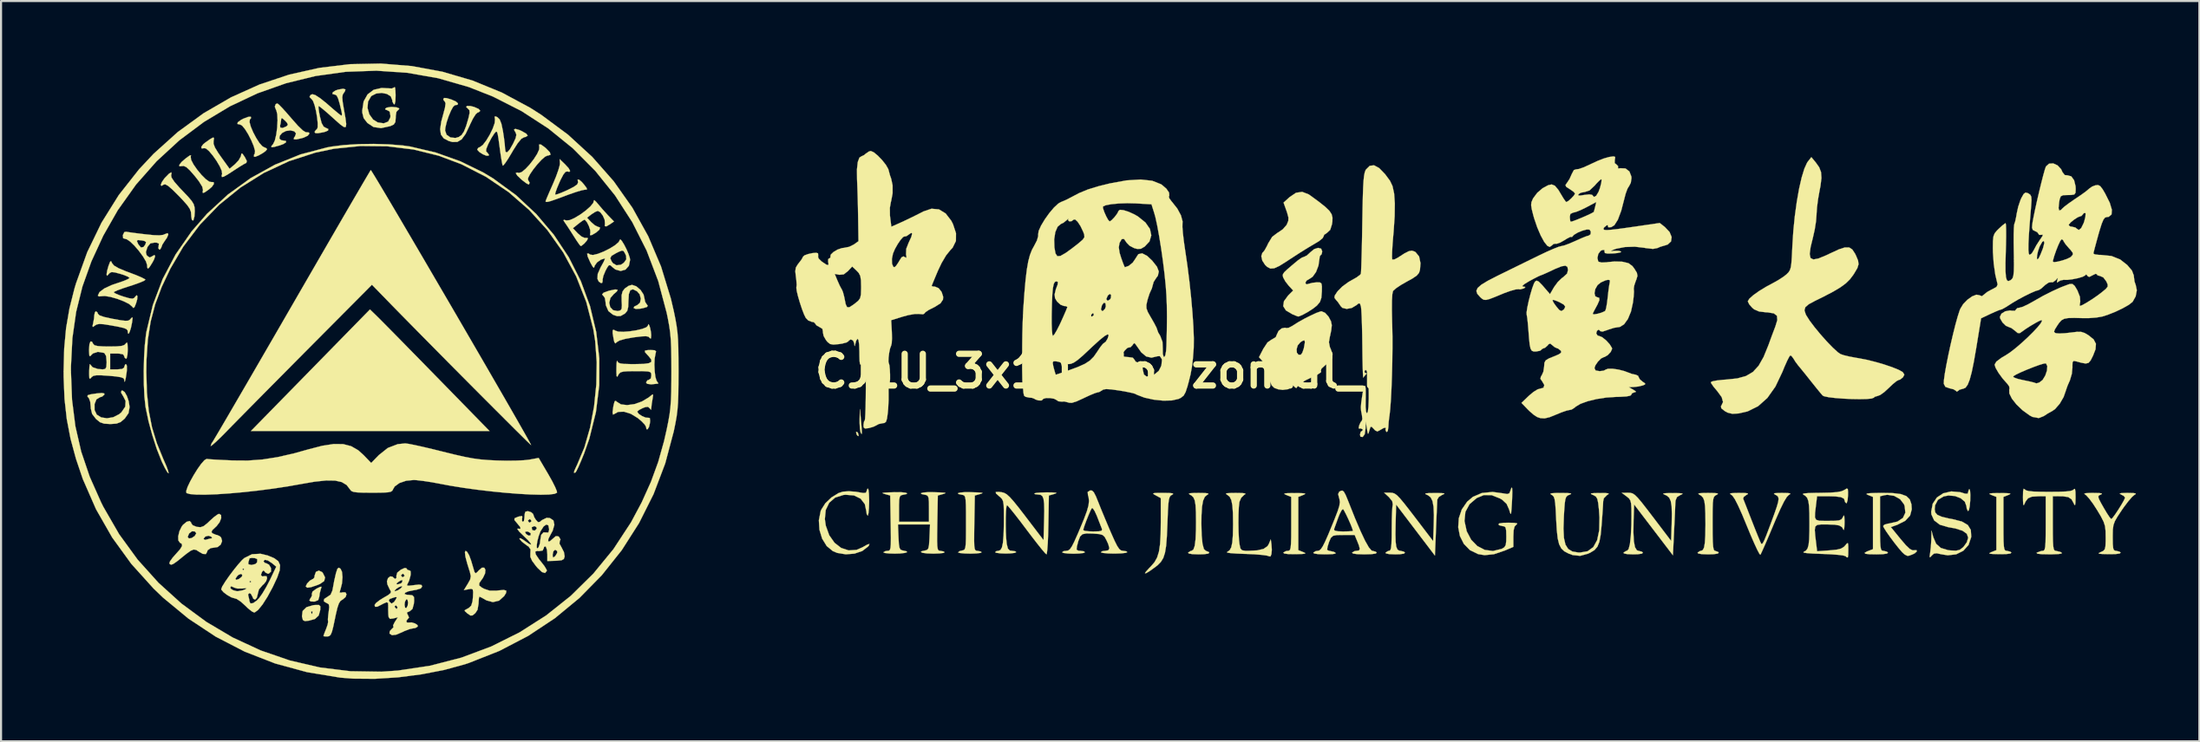
<source format=kicad_pcb>
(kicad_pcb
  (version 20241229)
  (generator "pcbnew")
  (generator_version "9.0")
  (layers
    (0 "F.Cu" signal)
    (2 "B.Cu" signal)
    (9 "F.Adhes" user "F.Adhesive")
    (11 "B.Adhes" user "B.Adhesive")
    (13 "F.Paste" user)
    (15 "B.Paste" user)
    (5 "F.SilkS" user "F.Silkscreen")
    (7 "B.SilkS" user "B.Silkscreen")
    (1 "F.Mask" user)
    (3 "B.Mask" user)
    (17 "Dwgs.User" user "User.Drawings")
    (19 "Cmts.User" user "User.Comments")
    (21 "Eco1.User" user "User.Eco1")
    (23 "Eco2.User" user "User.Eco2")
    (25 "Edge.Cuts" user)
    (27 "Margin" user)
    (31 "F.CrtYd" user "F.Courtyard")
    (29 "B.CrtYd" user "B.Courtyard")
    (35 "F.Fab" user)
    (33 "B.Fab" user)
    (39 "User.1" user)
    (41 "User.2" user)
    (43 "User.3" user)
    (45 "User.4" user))
  (footprint "CJLU_3x10_Horizontal_F"
    (layer "F.Cu")
    (at 49.908 14.791)
    (property "Reference" "CJLU_3x10_Horizontal_F" (at 0 0 0) (layer "F.SilkS") (effects (font (size 1.524 1.524) (thickness 0.3))))
    (attr through_hole)
    (fp_poly (pts (xy -11.771 2.94) (xy -11.739 3.002) (xy -11.718 3.121) (xy -11.775 3.098) (xy -11.814 3.042) (xy -11.841 2.932) (xy -11.83 2.912) (xy -11.771 2.94)) (stroke (width 0.01) (type solid)) (fill yes) (layer "F.SilkS"))
    (fp_poly (pts (xy -11.602 2.413) (xy -11.572 2.762) (xy -11.563 2.96) (xy -11.575 3.024) (xy -11.609 2.972) (xy -11.631 2.918) (xy -11.658 2.76) (xy -11.672 2.5) (xy -11.671 2.3) (xy -11.657 1.82) (xy -11.602 2.413)) (stroke (width 0.01) (type solid)) (fill yes) (layer "F.SilkS"))
    (fp_poly (pts (xy -34.859 -2.647) (xy -34.73 -2.519) (xy -34.497 -2.284) (xy -34.174 -1.957) (xy -33.775 -1.552) (xy -33.316 -1.083) (xy -32.809 -0.566) (xy -32.27 -0.015) (xy -31.986 0.275) (xy -29.444 2.879) (xy -40.909 2.879) (xy -35.189 -2.967) (xy -34.859 -2.647)) (stroke (width 0.01) (type solid)) (fill yes) (layer "F.SilkS"))
    (fp_poly (pts (xy -37.537 10.444) (xy -37.547 10.469) (xy -37.603 10.68) (xy -37.623 10.837) (xy -37.673 11.003) (xy -37.831 11.071) (xy -37.867 11.076) (xy -38.035 11.069) (xy -38.1 11.017) (xy -38.038 10.896) (xy -38.019 10.882) (xy -37.972 10.772) (xy -37.984 10.713) (xy -37.946 10.591) (xy -37.763 10.457) (xy -37.756 10.454) (xy -37.579 10.367) (xy -37.517 10.363) (xy -37.537 10.444)) (stroke (width 0.01) (type solid)) (fill yes) (layer "F.SilkS"))
    (fp_poly (pts (xy -37.488 9.656) (xy -37.453 9.697) (xy -37.345 9.915) (xy -37.387 10.086) (xy -37.589 10.228) (xy -37.701 10.275) (xy -38.014 10.382) (xy -38.197 10.408) (xy -38.267 10.356) (xy -38.269 10.335) (xy -38.208 10.208) (xy -38.074 10.069) (xy -37.941 9.992) (xy -37.925 9.991) (xy -37.861 9.92) (xy -37.846 9.819) (xy -37.785 9.647) (xy -37.645 9.586) (xy -37.488 9.656)) (stroke (width 0.01) (type solid)) (fill yes) (layer "F.SilkS"))
    (fp_poly (pts (xy -37.572 11.302) (xy -37.576 11.472) (xy -37.651 11.744) (xy -37.828 11.909) (xy -38.116 11.992) (xy -38.317 12.013) (xy -38.41 11.962) (xy -38.451 11.804) (xy -38.455 11.778) (xy -38.432 11.599) (xy -38.015 11.599) (xy -37.984 11.669) (xy -37.959 11.656) (xy -37.949 11.555) (xy -37.959 11.543) (xy -38.009 11.555) (xy -38.015 11.599) (xy -38.432 11.599) (xy -38.422 11.525) (xy -38.241 11.346) (xy -37.921 11.25) (xy -37.829 11.24) (xy -37.64 11.238) (xy -37.572 11.302)) (stroke (width 0.01) (type solid)) (fill yes) (layer "F.SilkS"))
    (fp_poly (pts (xy -43.799 -10.302) (xy -43.778 -10.157) (xy -43.665 -9.939) (xy -43.49 -9.687) (xy -43.285 -9.439) (xy -43.08 -9.234) (xy -42.907 -9.11) (xy -42.82 -9.092) (xy -42.695 -9.086) (xy -42.686 -8.997) (xy -42.784 -8.857) (xy -42.923 -8.737) (xy -43.121 -8.598) (xy -43.213 -8.564) (xy -43.225 -8.631) (xy -43.208 -8.706) (xy -43.244 -8.868) (xy -43.405 -9.128) (xy -43.607 -9.386) (xy -43.844 -9.657) (xy -44.012 -9.81) (xy -44.137 -9.865) (xy -44.216 -9.857) (xy -44.341 -9.847) (xy -44.343 -9.921) (xy -44.234 -10.059) (xy -44.027 -10.237) (xy -43.854 -10.361) (xy -43.785 -10.38) (xy -43.799 -10.302)) (stroke (width 0.01) (type solid)) (fill yes) (layer "F.SilkS"))
    (fp_poly (pts (xy -21.777 -2.21) (xy -21.732 -2.073) (xy -21.696 -1.892) (xy -21.682 -1.736) (xy -21.692 -1.577) (xy -21.735 -1.576) (xy -21.753 -1.602) (xy -21.816 -1.658) (xy -21.935 -1.681) (xy -22.146 -1.671) (xy -22.484 -1.63) (xy -22.535 -1.623) (xy -22.927 -1.553) (xy -23.204 -1.474) (xy -23.336 -1.395) (xy -23.406 -1.334) (xy -23.454 -1.405) (xy -23.484 -1.533) (xy -23.533 -1.824) (xy -23.531 -1.971) (xy -23.474 -1.991) (xy -23.412 -1.949) (xy -23.263 -1.901) (xy -23.013 -1.892) (xy -22.707 -1.916) (xy -22.391 -1.965) (xy -22.111 -2.032) (xy -21.912 -2.11) (xy -21.838 -2.189) (xy -21.817 -2.262) (xy -21.777 -2.21)) (stroke (width 0.01) (type solid)) (fill yes) (layer "F.SilkS"))
    (fp_poly (pts (xy -40.9 -12.166) (xy -40.958 -12.094) (xy -40.973 -11.972) (xy -40.913 -11.755) (xy -40.8 -11.487) (xy -40.655 -11.212) (xy -40.502 -10.973) (xy -40.361 -10.814) (xy -40.296 -10.776) (xy -40.161 -10.712) (xy -40.132 -10.666) (xy -40.197 -10.583) (xy -40.353 -10.472) (xy -40.54 -10.368) (xy -40.697 -10.306) (xy -40.759 -10.307) (xy -40.757 -10.404) (xy -40.72 -10.461) (xy -40.709 -10.591) (xy -40.772 -10.816) (xy -40.888 -11.094) (xy -41.033 -11.38) (xy -41.188 -11.63) (xy -41.329 -11.802) (xy -41.421 -11.853) (xy -41.555 -11.883) (xy -41.539 -11.962) (xy -41.382 -12.077) (xy -41.265 -12.138) (xy -41.041 -12.223) (xy -40.912 -12.231) (xy -40.9 -12.166)) (stroke (width 0.01) (type solid)) (fill yes) (layer "F.SilkS"))
    (fp_poly (pts (xy -26.976 -10.893) (xy -26.783 -10.755) (xy -26.733 -10.712) (xy -26.549 -10.52) (xy -26.515 -10.404) (xy -26.631 -10.364) (xy -26.66 -10.365) (xy -26.783 -10.308) (xy -26.958 -10.153) (xy -27.156 -9.936) (xy -27.348 -9.695) (xy -27.504 -9.465) (xy -27.596 -9.284) (xy -27.597 -9.191) (xy -27.523 -9.067) (xy -27.545 -8.985) (xy -27.58 -8.978) (xy -27.678 -9.031) (xy -27.849 -9.159) (xy -27.919 -9.217) (xy -28.118 -9.407) (xy -28.187 -9.521) (xy -28.121 -9.549) (xy -28.036 -9.529) (xy -27.907 -9.567) (xy -27.725 -9.715) (xy -27.519 -9.935) (xy -27.321 -10.19) (xy -27.159 -10.442) (xy -27.064 -10.653) (xy -27.055 -10.766) (xy -27.067 -10.896) (xy -26.976 -10.893)) (stroke (width 0.01) (type solid)) (fill yes) (layer "F.SilkS"))
    (fp_poly (pts (xy 9.54 5.863) (xy 9.702 5.875) (xy 9.732 5.901) (xy 9.651 5.944) (xy 9.631 5.952) (xy 9.398 6.044) (xy 9.398 8.603) (xy 9.631 8.695) (xy 9.73 8.742) (xy 9.72 8.771) (xy 9.584 8.787) (xy 9.301 8.795) (xy 9.245 8.796) (xy 8.909 8.791) (xy 8.717 8.764) (xy 8.678 8.721) (xy 8.798 8.65) (xy 8.895 8.636) (xy 8.958 8.627) (xy 9.002 8.582) (xy 9.031 8.478) (xy 9.048 8.289) (xy 9.057 7.991) (xy 9.059 7.558) (xy 9.059 7.34) (xy 9.059 6.044) (xy 8.826 5.952) (xy 8.73 5.906) (xy 8.743 5.878) (xy 8.884 5.864) (xy 9.172 5.86) (xy 9.229 5.86) (xy 9.54 5.863)) (stroke (width 0.01) (type solid)) (fill yes) (layer "F.SilkS"))
    (fp_poly (pts (xy 43.407 5.863) (xy 43.568 5.875) (xy 43.599 5.901) (xy 43.518 5.944) (xy 43.498 5.952) (xy 43.265 6.044) (xy 43.265 7.34) (xy 43.266 7.834) (xy 43.271 8.184) (xy 43.285 8.414) (xy 43.309 8.549) (xy 43.346 8.615) (xy 43.401 8.635) (xy 43.429 8.636) (xy 43.591 8.675) (xy 43.646 8.721) (xy 43.598 8.766) (xy 43.394 8.792) (xy 43.079 8.796) (xy 42.772 8.789) (xy 42.615 8.774) (xy 42.588 8.748) (xy 42.672 8.704) (xy 42.693 8.695) (xy 42.926 8.603) (xy 42.926 6.044) (xy 42.693 5.952) (xy 42.597 5.906) (xy 42.61 5.878) (xy 42.751 5.864) (xy 43.039 5.86) (xy 43.095 5.86) (xy 43.407 5.863)) (stroke (width 0.01) (type solid)) (fill yes) (layer "F.SilkS"))
    (fp_poly (pts (xy -44.718 -9.495) (xy -44.739 -9.428) (xy -44.72 -9.308) (xy -44.59 -9.111) (xy -44.341 -8.825) (xy -44.198 -8.675) (xy -43.926 -8.389) (xy -43.753 -8.186) (xy -43.656 -8.028) (xy -43.613 -7.878) (xy -43.603 -7.699) (xy -43.603 -7.676) (xy -43.62 -7.434) (xy -43.664 -7.27) (xy -43.688 -7.239) (xy -43.745 -7.275) (xy -43.772 -7.449) (xy -43.773 -7.497) (xy -43.787 -7.655) (xy -43.845 -7.807) (xy -43.967 -7.984) (xy -44.177 -8.221) (xy -44.379 -8.433) (xy -44.677 -8.729) (xy -44.885 -8.908) (xy -45.02 -8.982) (xy -45.091 -8.97) (xy -45.205 -8.906) (xy -45.236 -8.954) (xy -45.189 -9.08) (xy -45.071 -9.253) (xy -45.036 -9.293) (xy -44.842 -9.492) (xy -44.734 -9.56) (xy -44.718 -9.495)) (stroke (width 0.01) (type solid)) (fill yes) (layer "F.SilkS"))
    (fp_poly (pts (xy -48.268 -2.811) (xy -48.26 -2.763) (xy -48.184 -2.685) (xy -47.953 -2.604) (xy -47.559 -2.518) (xy -47.526 -2.512) (xy -47.172 -2.449) (xy -46.946 -2.421) (xy -46.811 -2.426) (xy -46.729 -2.466) (xy -46.678 -2.522) (xy -46.609 -2.593) (xy -46.59 -2.547) (xy -46.613 -2.362) (xy -46.618 -2.328) (xy -46.669 -2.083) (xy -46.728 -1.896) (xy -46.781 -1.799) (xy -46.814 -1.822) (xy -46.818 -1.875) (xy -46.831 -1.96) (xy -46.887 -2.023) (xy -47.015 -2.076) (xy -47.248 -2.13) (xy -47.615 -2.198) (xy -47.643 -2.203) (xy -47.974 -2.256) (xy -48.185 -2.27) (xy -48.318 -2.244) (xy -48.399 -2.193) (xy -48.499 -2.124) (xy -48.513 -2.181) (xy -48.488 -2.286) (xy -48.442 -2.532) (xy -48.43 -2.688) (xy -48.398 -2.837) (xy -48.345 -2.879) (xy -48.268 -2.811)) (stroke (width 0.01) (type solid)) (fill yes) (layer "F.SilkS"))
    (fp_poly (pts (xy 2.921 5.851) (xy 3.222 5.857) (xy 3.371 5.875) (xy 3.387 5.908) (xy 3.336 5.94) (xy 3.268 5.983) (xy 3.218 6.053) (xy 3.183 6.178) (xy 3.157 6.382) (xy 3.137 6.693) (xy 3.119 7.136) (xy 3.111 7.361) (xy 3.085 7.949) (xy 3.05 8.396) (xy 2.995 8.729) (xy 2.915 8.976) (xy 2.8 9.166) (xy 2.643 9.326) (xy 2.519 9.423) (xy 2.238 9.623) (xy 2.078 9.715) (xy 2.032 9.708) (xy 2.087 9.631) (xy 2.225 9.478) (xy 2.32 9.381) (xy 2.492 9.181) (xy 2.618 8.955) (xy 2.705 8.675) (xy 2.759 8.311) (xy 2.786 7.835) (xy 2.794 7.263) (xy 2.794 6.101) (xy 2.561 5.975) (xy 2.449 5.909) (xy 2.431 5.872) (xy 2.528 5.855) (xy 2.763 5.851) (xy 2.921 5.851)) (stroke (width 0.01) (type solid)) (fill yes) (layer "F.SilkS"))
    (fp_poly (pts (xy 4.915 5.858) (xy 5.064 5.875) (xy 5.081 5.908) (xy 5.026 5.941) (xy 4.908 6.041) (xy 4.826 6.224) (xy 4.774 6.513) (xy 4.748 6.93) (xy 4.743 7.324) (xy 4.757 7.89) (xy 4.797 8.3) (xy 4.864 8.55) (xy 4.957 8.636) (xy 4.959 8.636) (xy 5.099 8.692) (xy 5.122 8.721) (xy 5.076 8.769) (xy 4.877 8.798) (xy 4.614 8.805) (xy 4.303 8.794) (xy 4.132 8.761) (xy 4.106 8.721) (xy 4.23 8.641) (xy 4.27 8.636) (xy 4.358 8.579) (xy 4.422 8.4) (xy 4.463 8.085) (xy 4.483 7.623) (xy 4.486 7.25) (xy 4.481 6.772) (xy 4.462 6.434) (xy 4.423 6.208) (xy 4.359 6.064) (xy 4.263 5.974) (xy 4.205 5.942) (xy 4.14 5.896) (xy 4.193 5.868) (xy 4.382 5.856) (xy 4.614 5.853) (xy 4.915 5.858)) (stroke (width 0.01) (type solid)) (fill yes) (layer "F.SilkS"))
    (fp_poly (pts (xy -42.681 -11.215) (xy -42.69 -11.116) (xy -42.7 -11.077) (xy -42.703 -10.933) (xy -42.634 -10.75) (xy -42.478 -10.493) (xy -42.342 -10.299) (xy -41.932 -9.729) (xy -41.672 -9.948) (xy -41.497 -10.134) (xy -41.394 -10.318) (xy -41.386 -10.351) (xy -41.361 -10.463) (xy -41.314 -10.453) (xy -41.212 -10.31) (xy -41.199 -10.289) (xy -41.102 -10.1) (xy -41.128 -10.012) (xy -41.137 -10.008) (xy -41.253 -9.947) (xy -41.465 -9.818) (xy -41.725 -9.649) (xy -41.732 -9.644) (xy -42.031 -9.45) (xy -42.213 -9.348) (xy -42.3 -9.333) (xy -42.313 -9.399) (xy -42.29 -9.484) (xy -42.309 -9.632) (xy -42.408 -9.855) (xy -42.56 -10.112) (xy -42.739 -10.366) (xy -42.916 -10.576) (xy -43.066 -10.703) (xy -43.143 -10.72) (xy -43.273 -10.705) (xy -43.291 -10.777) (xy -43.203 -10.902) (xy -43.113 -10.977) (xy -42.867 -11.152) (xy -42.731 -11.229) (xy -42.681 -11.215)) (stroke (width 0.01) (type solid)) (fill yes) (layer "F.SilkS"))
    (fp_poly (pts (xy 29.382 5.858) (xy 29.532 5.873) (xy 29.553 5.904) (xy 29.485 5.945) (xy 29.413 5.987) (xy 29.361 6.048) (xy 29.328 6.156) (xy 29.308 6.337) (xy 29.298 6.618) (xy 29.295 7.026) (xy 29.295 7.337) (xy 29.297 7.843) (xy 29.306 8.203) (xy 29.323 8.439) (xy 29.351 8.574) (xy 29.392 8.63) (xy 29.417 8.636) (xy 29.561 8.688) (xy 29.591 8.721) (xy 29.544 8.769) (xy 29.345 8.798) (xy 29.083 8.805) (xy 28.772 8.794) (xy 28.6 8.761) (xy 28.575 8.721) (xy 28.698 8.641) (xy 28.739 8.636) (xy 28.824 8.6) (xy 28.885 8.48) (xy 28.924 8.254) (xy 28.946 7.903) (xy 28.954 7.406) (xy 28.954 7.324) (xy 28.95 6.83) (xy 28.933 6.478) (xy 28.9 6.24) (xy 28.842 6.087) (xy 28.756 5.991) (xy 28.673 5.942) (xy 28.608 5.896) (xy 28.661 5.868) (xy 28.851 5.856) (xy 29.083 5.853) (xy 29.382 5.858)) (stroke (width 0.01) (type solid)) (fill yes) (layer "F.SilkS"))
    (fp_poly (pts (xy -6.026 5.828) (xy -5.831 5.84) (xy -5.767 5.857) (xy -5.814 5.884) (xy -5.927 5.918) (xy -6.138 5.976) (xy -6.162 7.306) (xy -6.169 7.807) (xy -6.171 8.164) (xy -6.163 8.4) (xy -6.143 8.541) (xy -6.108 8.611) (xy -6.057 8.634) (xy -6.018 8.636) (xy -5.861 8.666) (xy -5.81 8.703) (xy -5.866 8.736) (xy -6.052 8.76) (xy -6.33 8.77) (xy -6.356 8.77) (xy -6.646 8.762) (xy -6.856 8.741) (xy -6.942 8.711) (xy -6.943 8.709) (xy -6.871 8.651) (xy -6.752 8.621) (xy -6.68 8.605) (xy -6.629 8.566) (xy -6.595 8.477) (xy -6.575 8.314) (xy -6.565 8.051) (xy -6.562 7.662) (xy -6.562 7.281) (xy -6.562 6.784) (xy -6.567 6.431) (xy -6.579 6.197) (xy -6.603 6.056) (xy -6.641 5.983) (xy -6.697 5.952) (xy -6.752 5.942) (xy -6.925 5.904) (xy -6.949 5.866) (xy -6.843 5.835) (xy -6.627 5.817) (xy -6.371 5.817) (xy -6.026 5.828)) (stroke (width 0.01) (type solid)) (fill yes) (layer "F.SilkS"))
    (fp_poly (pts (xy -46.969 1.006) (xy -46.862 1.196) (xy -46.777 1.446) (xy -46.737 1.703) (xy -46.736 1.738) (xy -46.786 2.02) (xy -46.96 2.269) (xy -46.983 2.293) (xy -47.167 2.447) (xy -47.361 2.52) (xy -47.64 2.54) (xy -47.667 2.54) (xy -47.956 2.523) (xy -48.154 2.455) (xy -48.336 2.308) (xy -48.351 2.293) (xy -48.534 2.054) (xy -48.597 1.788) (xy -48.599 1.717) (xy -48.623 1.478) (xy -48.683 1.308) (xy -48.699 1.288) (xy -48.763 1.206) (xy -48.736 1.152) (xy -48.592 1.112) (xy -48.317 1.071) (xy -48.065 1.049) (xy -47.951 1.071) (xy -47.942 1.123) (xy -48.045 1.218) (xy -48.161 1.255) (xy -48.327 1.357) (xy -48.416 1.581) (xy -48.415 1.872) (xy -48.311 2.09) (xy -48.1 2.221) (xy -47.822 2.264) (xy -47.52 2.214) (xy -47.233 2.068) (xy -47.126 1.976) (xy -46.942 1.705) (xy -46.925 1.433) (xy -47.03 1.223) (xy -47.144 1.031) (xy -47.124 0.94) (xy -47.077 0.931) (xy -46.969 1.006)) (stroke (width 0.01) (type solid)) (fill yes) (layer "F.SilkS"))
    (fp_poly (pts (xy -21.588 1.144) (xy -21.613 1.309) (xy -21.619 1.344) (xy -21.658 1.582) (xy -21.676 1.763) (xy -21.676 1.767) (xy -21.691 1.856) (xy -21.753 1.786) (xy -21.833 1.714) (xy -21.966 1.728) (xy -22.09 1.775) (xy -22.268 1.866) (xy -22.351 1.942) (xy -22.352 1.948) (xy -22.282 2.051) (xy -22.121 2.159) (xy -21.941 2.234) (xy -21.823 2.24) (xy -21.749 2.251) (xy -21.733 2.385) (xy -21.743 2.495) (xy -21.787 2.682) (xy -21.852 2.789) (xy -21.908 2.79) (xy -21.929 2.678) (xy -21.991 2.567) (xy -22.153 2.399) (xy -22.324 2.255) (xy -22.659 2.05) (xy -22.987 1.948) (xy -23.268 1.956) (xy -23.436 2.049) (xy -23.515 2.089) (xy -23.538 1.989) (xy -23.507 1.739) (xy -23.484 1.618) (xy -23.437 1.448) (xy -23.38 1.426) (xy -23.336 1.47) (xy -23.134 1.596) (xy -22.837 1.631) (xy -22.487 1.583) (xy -22.127 1.457) (xy -21.8 1.262) (xy -21.727 1.202) (xy -21.62 1.117) (xy -21.588 1.144)) (stroke (width 0.01) (type solid)) (fill yes) (layer "F.SilkS"))
    (fp_poly (pts (xy -25.824 -9.949) (xy -25.646 -9.755) (xy -25.575 -9.625) (xy -25.617 -9.579) (xy -25.7 -9.6) (xy -25.792 -9.584) (xy -25.898 -9.456) (xy -26.036 -9.193) (xy -26.083 -9.088) (xy -26.201 -8.81) (xy -26.277 -8.597) (xy -26.297 -8.491) (xy -26.295 -8.487) (xy -26.205 -8.5) (xy -26.004 -8.574) (xy -25.734 -8.691) (xy -25.701 -8.706) (xy -25.399 -8.86) (xy -25.236 -8.976) (xy -25.192 -9.072) (xy -25.198 -9.097) (xy -25.215 -9.21) (xy -25.144 -9.205) (xy -25.012 -9.092) (xy -24.907 -8.97) (xy -24.785 -8.808) (xy -24.765 -8.737) (xy -24.845 -8.721) (xy -24.878 -8.721) (xy -25.028 -8.691) (xy -25.29 -8.613) (xy -25.622 -8.499) (xy -25.823 -8.424) (xy -26.23 -8.272) (xy -26.503 -8.178) (xy -26.665 -8.136) (xy -26.741 -8.14) (xy -26.755 -8.167) (xy -26.722 -8.255) (xy -26.635 -8.464) (xy -26.507 -8.758) (xy -26.403 -8.992) (xy -26.255 -9.347) (xy -26.141 -9.664) (xy -26.075 -9.9) (xy -26.065 -9.986) (xy -26.078 -10.192) (xy -25.824 -9.949)) (stroke (width 0.01) (type solid)) (fill yes) (layer "F.SilkS"))
    (fp_poly (pts (xy 9.892 -8.501) (xy 9.974 -8.445) (xy 10.394 -8.137) (xy 10.692 -7.9) (xy 10.888 -7.712) (xy 10.997 -7.547) (xy 11.04 -7.382) (xy 11.035 -7.193) (xy 11.017 -7.067) (xy 10.932 -6.794) (xy 10.779 -6.65) (xy 10.773 -6.647) (xy 10.639 -6.554) (xy 10.612 -6.478) (xy 10.563 -6.389) (xy 10.405 -6.261) (xy 10.295 -6.191) (xy 9.871 -5.94) (xy 9.452 -5.679) (xy 8.975 -5.369) (xy 8.82 -5.266) (xy 8.482 -5.055) (xy 8.24 -4.946) (xy 8.059 -4.933) (xy 7.904 -5.012) (xy 7.804 -5.107) (xy 7.669 -5.316) (xy 7.621 -5.529) (xy 7.672 -5.689) (xy 7.702 -5.714) (xy 7.783 -5.816) (xy 7.894 -6.018) (xy 7.951 -6.141) (xy 8.143 -6.456) (xy 8.402 -6.653) (xy 8.421 -6.662) (xy 8.656 -6.822) (xy 8.833 -7.026) (xy 8.849 -7.056) (xy 8.918 -7.227) (xy 8.924 -7.388) (xy 8.864 -7.609) (xy 8.832 -7.704) (xy 8.69 -8.103) (xy 8.98 -8.367) (xy 9.288 -8.575) (xy 9.584 -8.619) (xy 9.892 -8.501)) (stroke (width 0.01) (type solid)) (fill yes) (layer "F.SilkS"))
    (fp_poly (pts (xy -36.604 9.494) (xy -36.532 9.646) (xy -36.508 9.902) (xy -36.533 10.202) (xy -36.605 10.488) (xy -36.621 10.53) (xy -36.646 10.641) (xy -36.558 10.646) (xy -36.504 10.63) (xy -36.364 10.632) (xy -36.316 10.725) (xy -36.358 10.854) (xy -36.491 10.97) (xy -36.513 10.981) (xy -36.607 11.046) (xy -36.684 11.169) (xy -36.755 11.381) (xy -36.833 11.714) (xy -36.872 11.904) (xy -36.953 12.287) (xy -37.017 12.533) (xy -37.078 12.672) (xy -37.148 12.735) (xy -37.232 12.752) (xy -37.381 12.747) (xy -37.423 12.728) (xy -37.393 12.636) (xy -37.32 12.449) (xy -37.296 12.392) (xy -37.223 12.185) (xy -37.198 12.05) (xy -37.202 12.035) (xy -37.21 11.926) (xy -37.191 11.711) (xy -37.174 11.584) (xy -37.145 11.339) (xy -37.165 11.211) (xy -37.243 11.155) (xy -37.268 11.148) (xy -37.404 11.065) (xy -37.391 10.952) (xy -37.232 10.845) (xy -37.223 10.842) (xy -37.078 10.74) (xy -36.993 10.541) (xy -36.965 10.399) (xy -36.906 10.076) (xy -36.833 9.755) (xy -36.822 9.709) (xy -36.757 9.508) (xy -36.694 9.446) (xy -36.604 9.494)) (stroke (width 0.01) (type solid)) (fill yes) (layer "F.SilkS"))
    (fp_poly (pts (xy -31.507 -13.125) (xy -31.285 -13.06) (xy -31.066 -12.964) (xy -30.96 -12.871) (xy -30.985 -12.804) (xy -31.109 -12.785) (xy -31.194 -12.71) (xy -31.3 -12.518) (xy -31.41 -12.256) (xy -31.505 -11.97) (xy -31.567 -11.708) (xy -31.581 -11.567) (xy -31.509 -11.363) (xy -31.326 -11.236) (xy -31.084 -11.209) (xy -30.925 -11.255) (xy -30.79 -11.349) (xy -30.676 -11.517) (xy -30.568 -11.789) (xy -30.455 -12.175) (xy -30.403 -12.414) (xy -30.413 -12.545) (xy -30.48 -12.615) (xy -30.57 -12.702) (xy -30.524 -12.749) (xy -30.373 -12.747) (xy -30.189 -12.702) (xy -29.969 -12.605) (xy -29.892 -12.514) (xy -29.966 -12.445) (xy -30.02 -12.431) (xy -30.114 -12.344) (xy -30.243 -12.14) (xy -30.38 -11.86) (xy -30.401 -11.811) (xy -30.597 -11.401) (xy -30.787 -11.142) (xy -30.992 -11.019) (xy -31.234 -11.016) (xy -31.411 -11.067) (xy -31.646 -11.191) (xy -31.78 -11.371) (xy -31.818 -11.631) (xy -31.765 -11.995) (xy -31.666 -12.361) (xy -31.586 -12.664) (xy -31.559 -12.868) (xy -31.582 -12.94) (xy -31.66 -13.037) (xy -31.665 -13.076) (xy -31.631 -13.133) (xy -31.507 -13.125)) (stroke (width 0.01) (type solid)) (fill yes) (layer "F.SilkS"))
    (fp_poly (pts (xy 6.692 5.858) (xy 6.842 5.875) (xy 6.859 5.907) (xy 6.803 5.941) (xy 6.654 6.087) (xy 6.57 6.285) (xy 6.542 6.53) (xy 6.526 6.889) (xy 6.522 7.306) (xy 6.529 7.725) (xy 6.548 8.091) (xy 6.574 8.319) (xy 6.617 8.518) (xy 6.695 8.609) (xy 6.863 8.635) (xy 6.985 8.636) (xy 7.428 8.614) (xy 7.73 8.543) (xy 7.916 8.414) (xy 7.982 8.307) (xy 8.076 8.086) (xy 8.108 8.319) (xy 8.126 8.589) (xy 8.107 8.799) (xy 8.058 8.909) (xy 8 8.898) (xy 7.886 8.863) (xy 7.639 8.83) (xy 7.293 8.802) (xy 6.886 8.784) (xy 6.857 8.784) (xy 6.428 8.767) (xy 6.131 8.745) (xy 5.978 8.718) (xy 5.981 8.689) (xy 6.096 8.613) (xy 6.177 8.47) (xy 6.228 8.235) (xy 6.256 7.883) (xy 6.265 7.39) (xy 6.265 7.324) (xy 6.258 6.813) (xy 6.231 6.445) (xy 6.181 6.195) (xy 6.102 6.037) (xy 5.988 5.945) (xy 5.981 5.941) (xy 5.918 5.895) (xy 5.973 5.868) (xy 6.167 5.856) (xy 6.392 5.853) (xy 6.692 5.858)) (stroke (width 0.01) (type solid)) (fill yes) (layer "F.SilkS"))
    (fp_poly (pts (xy -21.515 -1.006) (xy -21.448 -0.953) (xy -21.475 -0.829) (xy -21.476 -0.826) (xy -21.516 -0.609) (xy -21.528 -0.312) (xy -21.514 0.004) (xy -21.479 0.281) (xy -21.424 0.459) (xy -21.412 0.476) (xy -21.345 0.576) (xy -21.347 0.598) (xy -21.68 0.634) (xy -21.877 0.608) (xy -21.929 0.54) (xy -21.861 0.437) (xy -21.802 0.423) (xy -21.7 0.35) (xy -21.675 0.212) (xy -21.681 0.111) (xy -21.721 0.048) (xy -21.829 0.015) (xy -22.037 0.002) (xy -22.378 0.000004) (xy -22.424 0) (xy -22.785 0.003) (xy -23.014 0.019) (xy -23.149 0.055) (xy -23.225 0.12) (xy -23.265 0.191) (xy -23.315 0.27) (xy -23.342 0.234) (xy -23.352 0.061) (xy -23.352 -0.127) (xy -23.345 -0.367) (xy -23.329 -0.495) (xy -23.31 -0.487) (xy -23.27 -0.417) (xy -23.174 -0.373) (xy -22.991 -0.349) (xy -22.686 -0.34) (xy -22.473 -0.339) (xy -22.054 -0.348) (xy -21.791 -0.384) (xy -21.67 -0.452) (xy -21.681 -0.564) (xy -21.809 -0.726) (xy -21.844 -0.762) (xy -21.98 -0.914) (xy -21.981 -0.989) (xy -21.833 -1.014) (xy -21.711 -1.016) (xy -21.515 -1.006)) (stroke (width 0.01) (type solid)) (fill yes) (layer "F.SilkS"))
    (fp_poly (pts (xy -11.247 5.699) (xy -11.225 5.888) (xy -11.215 6.174) (xy -11.214 6.271) (xy -11.224 6.584) (xy -11.245 6.819) (xy -11.273 6.936) (xy -11.282 6.942) (xy -11.332 6.871) (xy -11.346 6.752) (xy -11.42 6.393) (xy -11.623 6.129) (xy -11.938 5.974) (xy -12.347 5.94) (xy -12.451 5.951) (xy -12.845 6.076) (xy -13.131 6.324) (xy -13.3 6.674) (xy -13.341 7.11) (xy -13.297 7.422) (xy -13.131 7.886) (xy -12.876 8.249) (xy -12.557 8.497) (xy -12.197 8.615) (xy -11.818 8.59) (xy -11.534 8.466) (xy -11.301 8.335) (xy -11.2 8.307) (xy -11.227 8.381) (xy -11.265 8.43) (xy -11.543 8.643) (xy -11.917 8.77) (xy -12.335 8.803) (xy -12.746 8.736) (xy -12.955 8.651) (xy -13.252 8.406) (xy -13.472 8.049) (xy -13.601 7.622) (xy -13.629 7.168) (xy -13.543 6.731) (xy -13.517 6.663) (xy -13.318 6.35) (xy -13.02 6.066) (xy -12.682 5.859) (xy -12.472 5.791) (xy -12.188 5.772) (xy -11.857 5.796) (xy -11.75 5.814) (xy -11.498 5.856) (xy -11.374 5.845) (xy -11.345 5.79) (xy -11.3 5.66) (xy -11.278 5.641) (xy -11.247 5.699)) (stroke (width 0.01) (type solid)) (fill yes) (layer "F.SilkS"))
    (fp_poly (pts (xy -33.984 -13.636) (xy -33.966 -13.482) (xy -33.958 -13.267) (xy -33.967 -12.982) (xy -34.001 -12.838) (xy -34.036 -12.827) (xy -34.108 -12.947) (xy -34.121 -13.041) (xy -34.193 -13.213) (xy -34.378 -13.327) (xy -34.624 -13.375) (xy -34.884 -13.347) (xy -35.106 -13.236) (xy -35.137 -13.208) (xy -35.282 -12.955) (xy -35.306 -12.651) (xy -35.22 -12.347) (xy -35.038 -12.094) (xy -34.813 -11.956) (xy -34.525 -11.913) (xy -34.315 -11.996) (xy -34.212 -12.193) (xy -34.205 -12.274) (xy -34.242 -12.477) (xy -34.332 -12.531) (xy -34.445 -12.576) (xy -34.459 -12.615) (xy -34.384 -12.668) (xy -34.197 -12.698) (xy -34.121 -12.7) (xy -33.909 -12.681) (xy -33.791 -12.634) (xy -33.782 -12.615) (xy -33.846 -12.533) (xy -33.867 -12.531) (xy -33.92 -12.456) (xy -33.949 -12.269) (xy -33.951 -12.2) (xy -33.968 -11.977) (xy -34.045 -11.857) (xy -34.218 -11.777) (xy -34.656 -11.683) (xy -35.019 -11.736) (xy -35.313 -11.931) (xy -35.491 -12.162) (xy -35.556 -12.42) (xy -35.56 -12.528) (xy -35.493 -12.967) (xy -35.303 -13.305) (xy -35.009 -13.525) (xy -34.627 -13.613) (xy -34.409 -13.601) (xy -34.138 -13.588) (xy -34.012 -13.644) (xy -34.007 -13.655) (xy -33.984 -13.636)) (stroke (width 0.01) (type solid)) (fill yes) (layer "F.SilkS"))
    (fp_poly (pts (xy 10.495 -5.887) (xy 10.547 -5.757) (xy 10.519 -5.62) (xy 10.481 -5.588) (xy 10.428 -5.516) (xy 10.413 -5.397) (xy 10.366 -5.072) (xy 10.249 -4.767) (xy 10.086 -4.538) (xy 9.957 -4.45) (xy 9.795 -4.353) (xy 9.737 -4.25) (xy 9.785 -4.172) (xy 9.885 -4.196) (xy 10.078 -4.247) (xy 10.287 -4.269) (xy 10.433 -4.265) (xy 10.507 -4.218) (xy 10.532 -4.084) (xy 10.529 -3.823) (xy 10.528 -3.818) (xy 10.505 -3.524) (xy 10.439 -3.329) (xy 10.303 -3.165) (xy 10.274 -3.138) (xy 10.097 -3) (xy 9.864 -2.85) (xy 9.629 -2.72) (xy 9.446 -2.639) (xy 9.385 -2.628) (xy 9.295 -2.661) (xy 9.117 -2.735) (xy 9.102 -2.742) (xy 8.804 -2.92) (xy 8.674 -3.124) (xy 8.708 -3.361) (xy 8.908 -3.635) (xy 8.939 -3.666) (xy 9.151 -3.878) (xy 8.938 -4.108) (xy 8.779 -4.311) (xy 8.675 -4.499) (xy 8.67 -4.513) (xy 8.651 -4.592) (xy 8.662 -4.665) (xy 8.724 -4.756) (xy 8.859 -4.886) (xy 9.084 -5.08) (xy 9.39 -5.335) (xy 9.564 -5.454) (xy 9.692 -5.503) (xy 9.811 -5.562) (xy 9.966 -5.705) (xy 9.975 -5.715) (xy 10.163 -5.868) (xy 10.352 -5.927) (xy 10.495 -5.887)) (stroke (width 0.01) (type solid)) (fill yes) (layer "F.SilkS"))
    (fp_poly (pts (xy -22.396 -4.078) (xy -22.193 -3.904) (xy -22.049 -3.685) (xy -22.013 -3.534) (xy -21.973 -3.335) (xy -21.913 -3.236) (xy -21.847 -3.145) (xy -21.887 -3.084) (xy -22.059 -3.033) (xy -22.204 -3.004) (xy -22.417 -2.991) (xy -22.523 -3.032) (xy -22.499 -3.104) (xy -22.352 -3.175) (xy -22.218 -3.292) (xy -22.18 -3.486) (xy -22.235 -3.695) (xy -22.362 -3.841) (xy -22.556 -3.936) (xy -22.685 -3.893) (xy -22.755 -3.703) (xy -22.775 -3.382) (xy -22.786 -3.086) (xy -22.829 -2.906) (xy -22.919 -2.791) (xy -22.964 -2.756) (xy -23.149 -2.652) (xy -23.319 -2.646) (xy -23.511 -2.71) (xy -23.736 -2.886) (xy -23.86 -3.17) (xy -23.876 -3.334) (xy -23.906 -3.515) (xy -23.961 -3.598) (xy -24.041 -3.688) (xy -23.968 -3.772) (xy -23.735 -3.857) (xy -23.686 -3.871) (xy -23.415 -3.928) (xy -23.295 -3.915) (xy -23.329 -3.832) (xy -23.474 -3.711) (xy -23.642 -3.516) (xy -23.697 -3.29) (xy -23.651 -3.081) (xy -23.513 -2.932) (xy -23.296 -2.89) (xy -23.279 -2.892) (xy -23.158 -2.922) (xy -23.101 -3) (xy -23.09 -3.17) (xy -23.1 -3.358) (xy -23.103 -3.648) (xy -23.056 -3.835) (xy -22.952 -3.972) (xy -22.765 -4.102) (xy -22.602 -4.149) (xy -22.396 -4.078)) (stroke (width 0.01) (type solid)) (fill yes) (layer "F.SilkS"))
    (fp_poly (pts (xy -39.558 -12.808) (xy -39.397 -12.644) (xy -39.178 -12.401) (xy -38.963 -12.152) (xy -38.645 -11.793) (xy -38.414 -11.571) (xy -38.266 -11.482) (xy -38.228 -11.484) (xy -38.118 -11.472) (xy -38.1 -11.414) (xy -38.176 -11.319) (xy -38.372 -11.226) (xy -38.459 -11.2) (xy -38.724 -11.14) (xy -38.845 -11.147) (xy -38.837 -11.224) (xy -38.788 -11.29) (xy -38.741 -11.429) (xy -38.827 -11.531) (xy -39.009 -11.574) (xy -39.224 -11.545) (xy -39.412 -11.447) (xy -39.523 -11.312) (xy -39.54 -11.182) (xy -39.45 -11.101) (xy -39.376 -11.091) (xy -39.224 -11.066) (xy -39.22 -11.001) (xy -39.351 -10.916) (xy -39.528 -10.851) (xy -39.794 -10.777) (xy -39.919 -10.763) (xy -39.924 -10.813) (xy -39.841 -10.916) (xy -39.757 -11.089) (xy -39.69 -11.372) (xy -39.645 -11.711) (xy -39.64 -11.818) (xy -39.506 -11.818) (xy -39.497 -11.709) (xy -39.381 -11.69) (xy -39.201 -11.767) (xy -39.13 -11.841) (xy -39.172 -11.939) (xy -39.264 -12.039) (xy -39.395 -12.155) (xy -39.448 -12.149) (xy -39.455 -12.091) (xy -39.485 -11.884) (xy -39.506 -11.818) (xy -39.64 -11.818) (xy -39.627 -12.054) (xy -39.64 -12.349) (xy -39.688 -12.543) (xy -39.704 -12.567) (xy -39.76 -12.716) (xy -39.714 -12.839) (xy -39.635 -12.869) (xy -39.558 -12.808)) (stroke (width 0.01) (type solid)) (fill yes) (layer "F.SilkS"))
    (fp_poly (pts (xy 32.908 5.858) (xy 33.028 5.877) (xy 33.016 5.913) (xy 32.966 5.941) (xy 32.865 6.04) (xy 32.73 6.261) (xy 32.555 6.615) (xy 32.335 7.114) (xy 32.216 7.396) (xy 32.028 7.845) (xy 31.859 8.239) (xy 31.721 8.552) (xy 31.627 8.757) (xy 31.589 8.826) (xy 31.541 8.772) (xy 31.441 8.584) (xy 31.302 8.285) (xy 31.133 7.898) (xy 30.951 7.458) (xy 30.711 6.878) (xy 30.517 6.448) (xy 30.366 6.154) (xy 30.25 5.986) (xy 30.193 5.94) (xy 30.129 5.894) (xy 30.187 5.867) (xy 30.385 5.855) (xy 30.565 5.853) (xy 30.849 5.857) (xy 30.985 5.873) (xy 30.992 5.906) (xy 30.921 5.947) (xy 30.789 6.048) (xy 30.765 6.132) (xy 30.809 6.242) (xy 30.901 6.476) (xy 31.028 6.803) (xy 31.178 7.187) (xy 31.198 7.238) (xy 31.349 7.622) (xy 31.48 7.945) (xy 31.576 8.177) (xy 31.627 8.286) (xy 31.63 8.29) (xy 31.667 8.304) (xy 31.713 8.259) (xy 31.778 8.132) (xy 31.874 7.9) (xy 32.011 7.539) (xy 32.079 7.358) (xy 32.256 6.876) (xy 32.377 6.528) (xy 32.446 6.288) (xy 32.466 6.133) (xy 32.442 6.037) (xy 32.379 5.976) (xy 32.32 5.945) (xy 32.241 5.895) (xy 32.278 5.867) (xy 32.452 5.855) (xy 32.639 5.853) (xy 32.908 5.858)) (stroke (width 0.01) (type solid)) (fill yes) (layer "F.SilkS"))
    (fp_poly (pts (xy -46.768 -6.68) (xy -46.509 -6.644) (xy -46.171 -6.602) (xy -45.989 -6.58) (xy -45.577 -6.538) (xy -45.298 -6.529) (xy -45.12 -6.552) (xy -45.036 -6.588) (xy -44.906 -6.636) (xy -44.874 -6.569) (xy -44.94 -6.413) (xy -45.043 -6.265) (xy -45.16 -6.085) (xy -45.21 -5.948) (xy -45.269 -5.849) (xy -45.302 -5.842) (xy -45.354 -5.908) (xy -45.339 -6.011) (xy -45.327 -6.131) (xy -45.423 -6.176) (xy -45.535 -6.181) (xy -45.734 -6.142) (xy -45.858 -5.996) (xy -45.889 -5.927) (xy -45.951 -5.722) (xy -45.919 -5.586) (xy -45.888 -5.545) (xy -45.771 -5.464) (xy -45.664 -5.514) (xy -45.54 -5.585) (xy -45.506 -5.528) (xy -45.563 -5.361) (xy -45.64 -5.218) (xy -45.777 -5) (xy -45.853 -4.926) (xy -45.886 -4.986) (xy -45.892 -5.101) (xy -45.948 -5.275) (xy -46.09 -5.514) (xy -46.285 -5.78) (xy -46.502 -6.033) (xy -46.709 -6.233) (xy -46.751 -6.261) (xy -46.386 -6.261) (xy -46.327 -6.123) (xy -46.31 -6.09) (xy -46.187 -5.945) (xy -46.064 -5.969) (xy -45.979 -6.087) (xy -45.942 -6.203) (xy -46.022 -6.26) (xy -46.145 -6.284) (xy -46.335 -6.303) (xy -46.386 -6.261) (xy -46.751 -6.261) (xy -46.872 -6.341) (xy -46.913 -6.35) (xy -47.043 -6.39) (xy -47.058 -6.538) (xy -47.057 -6.54) (xy -46.988 -6.684) (xy -46.903 -6.702) (xy -46.768 -6.68)) (stroke (width 0.01) (type solid)) (fill yes) (layer "F.SilkS"))
    (fp_poly (pts (xy 44.279 5.673) (xy 44.345 5.727) (xy 44.479 5.763) (xy 44.708 5.786) (xy 45.058 5.797) (xy 45.466 5.8) (xy 45.938 5.796) (xy 46.268 5.783) (xy 46.48 5.759) (xy 46.602 5.719) (xy 46.653 5.673) (xy 46.7 5.656) (xy 46.724 5.794) (xy 46.729 6.054) (xy 46.723 6.321) (xy 46.706 6.437) (xy 46.673 6.421) (xy 46.642 6.352) (xy 46.534 6.157) (xy 46.378 6.053) (xy 46.124 6.015) (xy 45.995 6.013) (xy 45.635 6.011) (xy 45.635 7.324) (xy 45.637 7.823) (xy 45.643 8.178) (xy 45.657 8.412) (xy 45.682 8.551) (xy 45.719 8.617) (xy 45.773 8.637) (xy 45.783 8.637) (xy 45.986 8.684) (xy 46.059 8.721) (xy 46.063 8.763) (xy 45.913 8.79) (xy 45.602 8.802) (xy 45.466 8.803) (xy 45.102 8.796) (xy 44.901 8.774) (xy 44.856 8.736) (xy 44.873 8.721) (xy 45.069 8.647) (xy 45.148 8.637) (xy 45.205 8.623) (xy 45.245 8.566) (xy 45.271 8.442) (xy 45.287 8.225) (xy 45.294 7.892) (xy 45.297 7.418) (xy 45.297 7.324) (xy 45.297 6.011) (xy 44.937 6.013) (xy 44.633 6.033) (xy 44.447 6.11) (xy 44.327 6.268) (xy 44.29 6.352) (xy 44.244 6.442) (xy 44.218 6.41) (xy 44.206 6.239) (xy 44.203 6.054) (xy 44.209 5.772) (xy 44.236 5.651) (xy 44.279 5.673)) (stroke (width 0.01) (type solid)) (fill yes) (layer "F.SilkS"))
    (fp_poly (pts (xy -47.576 -5.191) (xy -47.575 -5.189) (xy -47.479 -5.074) (xy -47.262 -4.948) (xy -46.905 -4.799) (xy -46.742 -4.739) (xy -46.413 -4.614) (xy -46.155 -4.504) (xy -46.001 -4.422) (xy -45.974 -4.394) (xy -46.049 -4.34) (xy -46.252 -4.254) (xy -46.546 -4.149) (xy -46.735 -4.088) (xy -47.064 -3.98) (xy -47.322 -3.885) (xy -47.472 -3.815) (xy -47.497 -3.793) (xy -47.424 -3.738) (xy -47.233 -3.656) (xy -47.027 -3.585) (xy -46.754 -3.506) (xy -46.596 -3.485) (xy -46.511 -3.519) (xy -46.481 -3.558) (xy -46.397 -3.65) (xy -46.357 -3.605) (xy -46.369 -3.453) (xy -46.419 -3.274) (xy -46.494 -3.084) (xy -46.55 -3.036) (xy -46.616 -3.107) (xy -46.62 -3.113) (xy -46.761 -3.232) (xy -47.016 -3.359) (xy -47.329 -3.478) (xy -47.648 -3.569) (xy -47.918 -3.613) (xy -48.048 -3.606) (xy -48.205 -3.592) (xy -48.26 -3.63) (xy -48.179 -3.801) (xy -47.947 -3.976) (xy -47.583 -4.144) (xy -47.35 -4.223) (xy -47.057 -4.322) (xy -46.84 -4.411) (xy -46.739 -4.474) (xy -46.736 -4.481) (xy -46.81 -4.541) (xy -47.001 -4.621) (xy -47.181 -4.678) (xy -47.443 -4.748) (xy -47.594 -4.763) (xy -47.685 -4.723) (xy -47.731 -4.673) (xy -47.814 -4.585) (xy -47.836 -4.635) (xy -47.837 -4.67) (xy -47.81 -4.837) (xy -47.745 -5.065) (xy -47.738 -5.083) (xy -47.67 -5.259) (xy -47.624 -5.289) (xy -47.576 -5.191)) (stroke (width 0.01) (type solid)) (fill yes) (layer "F.SilkS"))
    (fp_poly (pts (xy -30.519 8.69) (xy -30.425 8.852) (xy -30.331 9.106) (xy -30.252 9.373) (xy -30.189 9.584) (xy -30.168 9.652) (xy -30.119 9.716) (xy -30.027 9.651) (xy -29.968 9.582) (xy -29.812 9.447) (xy -29.7 9.446) (xy -29.645 9.547) (xy -29.66 9.719) (xy -29.758 9.929) (xy -29.803 9.991) (xy -29.935 10.181) (xy -29.943 10.3) (xy -29.815 10.404) (xy -29.709 10.461) (xy -29.445 10.549) (xy -29.121 10.551) (xy -29.032 10.54) (xy -28.763 10.516) (xy -28.641 10.551) (xy -28.651 10.66) (xy -28.743 10.81) (xy -28.987 11.03) (xy -29.285 11.101) (xy -29.596 11.016) (xy -29.626 10.999) (xy -29.81 10.893) (xy -29.923 10.839) (xy -29.932 10.837) (xy -29.957 10.912) (xy -29.971 11.099) (xy -29.972 11.163) (xy -30.022 11.468) (xy -30.127 11.629) (xy -30.263 11.74) (xy -30.362 11.745) (xy -30.509 11.645) (xy -30.516 11.64) (xy -30.627 11.539) (xy -30.643 11.494) (xy -30.548 11.44) (xy -30.438 11.379) (xy -30.324 11.267) (xy -30.263 11.061) (xy -30.243 10.861) (xy -30.233 10.611) (xy -30.254 10.491) (xy -30.328 10.462) (xy -30.448 10.48) (xy -30.679 10.524) (xy -30.49 10.219) (xy -30.377 10.015) (xy -30.346 9.856) (xy -30.388 9.657) (xy -30.423 9.55) (xy -30.516 9.249) (xy -30.593 8.959) (xy -30.606 8.901) (xy -30.629 8.7) (xy -30.593 8.634) (xy -30.519 8.69)) (stroke (width 0.01) (type solid)) (fill yes) (layer "F.SilkS"))
    (fp_poly (pts (xy -36.366 -13.542) (xy -36.402 -13.431) (xy -36.436 -13.39) (xy -36.496 -13.296) (xy -36.518 -13.167) (xy -36.502 -12.959) (xy -36.448 -12.63) (xy -36.446 -12.615) (xy -36.367 -12.17) (xy -36.33 -11.882) (xy -36.348 -11.739) (xy -36.434 -11.731) (xy -36.6 -11.847) (xy -36.861 -12.077) (xy -36.975 -12.181) (xy -37.247 -12.424) (xy -37.469 -12.612) (xy -37.616 -12.725) (xy -37.66 -12.745) (xy -37.661 -12.652) (xy -37.632 -12.444) (xy -37.591 -12.231) (xy -37.51 -11.924) (xy -37.415 -11.757) (xy -37.33 -11.706) (xy -37.187 -11.639) (xy -37.205 -11.564) (xy -37.379 -11.495) (xy -37.433 -11.483) (xy -37.681 -11.439) (xy -37.805 -11.44) (xy -37.845 -11.487) (xy -37.846 -11.508) (xy -37.779 -11.602) (xy -37.742 -11.62) (xy -37.701 -11.714) (xy -37.699 -11.925) (xy -37.728 -12.204) (xy -37.78 -12.505) (xy -37.847 -12.781) (xy -37.922 -12.985) (xy -37.981 -13.064) (xy -38.092 -13.179) (xy -38.043 -13.278) (xy -37.952 -13.312) (xy -37.813 -13.271) (xy -37.58 -13.12) (xy -37.275 -12.875) (xy -37.201 -12.81) (xy -36.937 -12.58) (xy -36.721 -12.4) (xy -36.584 -12.294) (xy -36.553 -12.277) (xy -36.534 -12.346) (xy -36.551 -12.467) (xy -36.643 -12.854) (xy -36.717 -13.102) (xy -36.782 -13.238) (xy -36.85 -13.29) (xy -36.876 -13.293) (xy -36.993 -13.325) (xy -36.978 -13.4) (xy -36.852 -13.486) (xy -36.724 -13.532) (xy -36.476 -13.577) (xy -36.366 -13.542)) (stroke (width 0.01) (type solid)) (fill yes) (layer "F.SilkS"))
    (fp_poly (pts (xy -24.321 -8.136) (xy -24.242 -8.043) (xy -24.019 -7.78) (xy -23.776 -7.513) (xy -23.736 -7.471) (xy -23.468 -7.195) (xy -23.649 -7.069) (xy -23.834 -6.96) (xy -23.913 -6.973) (xy -23.903 -7.103) (xy -23.917 -7.277) (xy -24.005 -7.479) (xy -24.13 -7.643) (xy -24.246 -7.703) (xy -24.376 -7.654) (xy -24.552 -7.539) (xy -24.763 -7.377) (xy -24.559 -7.16) (xy -24.391 -7.013) (xy -24.253 -6.944) (xy -24.242 -6.943) (xy -24.138 -6.903) (xy -24.17 -6.801) (xy -24.328 -6.663) (xy -24.339 -6.656) (xy -24.537 -6.542) (xy -24.622 -6.539) (xy -24.606 -6.649) (xy -24.604 -6.654) (xy -24.611 -6.791) (xy -24.677 -6.985) (xy -24.772 -7.169) (xy -24.866 -7.274) (xy -24.889 -7.281) (xy -24.978 -7.233) (xy -25.142 -7.113) (xy -25.188 -7.076) (xy -25.442 -6.872) (xy -25.2 -6.617) (xy -25.023 -6.468) (xy -24.873 -6.404) (xy -24.84 -6.408) (xy -24.737 -6.405) (xy -24.723 -6.372) (xy -24.778 -6.267) (xy -24.899 -6.131) (xy -25.023 -6.03) (xy -25.068 -6.014) (xy -25.128 -6.081) (xy -25.248 -6.253) (xy -25.38 -6.458) (xy -25.555 -6.733) (xy -25.716 -6.98) (xy -25.8 -7.102) (xy -25.893 -7.242) (xy -25.875 -7.277) (xy -25.754 -7.244) (xy -25.594 -7.261) (xy -25.36 -7.364) (xy -25.093 -7.525) (xy -24.829 -7.718) (xy -24.607 -7.914) (xy -24.465 -8.087) (xy -24.436 -8.196) (xy -24.418 -8.224) (xy -24.321 -8.136)) (stroke (width 0.01) (type solid)) (fill yes) (layer "F.SilkS"))
    (fp_poly (pts (xy -23.086 -6.252) (xy -22.983 -6.084) (xy -22.873 -5.87) (xy -22.776 -5.647) (xy -22.711 -5.451) (xy -22.695 -5.35) (xy -22.754 -5.064) (xy -22.919 -4.88) (xy -23.149 -4.816) (xy -23.402 -4.889) (xy -23.536 -4.994) (xy -23.642 -5.09) (xy -23.716 -5.091) (xy -23.797 -4.977) (xy -23.881 -4.817) (xy -23.978 -4.583) (xy -24.017 -4.399) (xy -24.012 -4.352) (xy -24.032 -4.249) (xy -24.089 -4.233) (xy -24.2 -4.305) (xy -24.263 -4.438) (xy -24.25 -4.674) (xy -24.108 -4.995) (xy -24.087 -5.031) (xy -23.969 -5.246) (xy -23.907 -5.386) (xy -23.906 -5.419) (xy -24.096 -5.362) (xy -24.283 -5.228) (xy -24.395 -5.073) (xy -24.401 -5.047) (xy -24.43 -4.969) (xy -24.489 -5.016) (xy -24.593 -5.203) (xy -24.614 -5.245) (xy -24.697 -5.432) (xy -23.649 -5.432) (xy -23.584 -5.281) (xy -23.514 -5.186) (xy -23.346 -5.089) (xy -23.134 -5.117) (xy -22.993 -5.213) (xy -22.877 -5.376) (xy -22.887 -5.548) (xy -22.948 -5.678) (xy -23.01 -5.775) (xy -23.086 -5.797) (xy -23.23 -5.742) (xy -23.374 -5.67) (xy -23.584 -5.545) (xy -23.649 -5.432) (xy -24.697 -5.432) (xy -24.733 -5.513) (xy -24.758 -5.652) (xy -24.688 -5.656) (xy -24.614 -5.603) (xy -24.474 -5.584) (xy -24.24 -5.641) (xy -23.956 -5.753) (xy -23.666 -5.899) (xy -23.414 -6.057) (xy -23.243 -6.205) (xy -23.195 -6.301) (xy -23.163 -6.336) (xy -23.086 -6.252)) (stroke (width 0.01) (type solid)) (fill yes) (layer "F.SilkS"))
    (fp_poly (pts (xy 25.354 5.85) (xy 25.458 5.879) (xy 25.568 5.953) (xy 25.705 6.089) (xy 25.888 6.306) (xy 26.136 6.623) (xy 26.425 7.001) (xy 27.305 8.16) (xy 27.331 7.361) (xy 27.34 6.855) (xy 27.328 6.492) (xy 27.287 6.244) (xy 27.214 6.084) (xy 27.101 5.985) (xy 27.029 5.952) (xy 26.929 5.904) (xy 26.94 5.877) (xy 27.081 5.863) (xy 27.371 5.86) (xy 27.39 5.86) (xy 27.687 5.863) (xy 27.835 5.876) (xy 27.852 5.902) (xy 27.758 5.949) (xy 27.75 5.952) (xy 27.585 6.052) (xy 27.517 6.217) (xy 27.507 6.345) (xy 27.499 6.545) (xy 27.485 6.87) (xy 27.466 7.276) (xy 27.445 7.719) (xy 27.444 7.747) (xy 27.39 8.848) (xy 26.458 7.627) (xy 25.527 6.406) (xy 25.501 7.161) (xy 25.493 7.748) (xy 25.515 8.178) (xy 25.57 8.462) (xy 25.66 8.609) (xy 25.739 8.636) (xy 25.899 8.676) (xy 25.95 8.721) (xy 25.905 8.77) (xy 25.709 8.799) (xy 25.485 8.805) (xy 25.191 8.793) (xy 25.035 8.758) (xy 25.019 8.721) (xy 25.142 8.641) (xy 25.182 8.636) (xy 25.262 8.553) (xy 25.325 8.312) (xy 25.369 7.921) (xy 25.394 7.391) (xy 25.399 6.971) (xy 25.397 6.603) (xy 25.383 6.364) (xy 25.347 6.215) (xy 25.28 6.115) (xy 25.171 6.024) (xy 25.167 6.021) (xy 24.934 5.847) (xy 25.239 5.845) (xy 25.354 5.85)) (stroke (width 0.01) (type solid)) (fill yes) (layer "F.SilkS"))
    (fp_poly (pts (xy -29.066 -12.206) (xy -28.96 -12.101) (xy -28.877 -11.895) (xy -28.805 -11.556) (xy -28.8 -11.524) (xy -28.75 -11.192) (xy -28.715 -10.9) (xy -28.702 -10.715) (xy -28.675 -10.539) (xy -28.597 -10.52) (xy -28.474 -10.655) (xy -28.318 -10.929) (xy -28.195 -11.194) (xy -28.157 -11.36) (xy -28.192 -11.47) (xy -28.201 -11.481) (xy -28.272 -11.609) (xy -28.209 -11.648) (xy -28.022 -11.595) (xy -27.908 -11.545) (xy -27.679 -11.415) (xy -27.613 -11.321) (xy -27.709 -11.26) (xy -27.784 -11.245) (xy -27.918 -11.169) (xy -28.089 -10.965) (xy -28.309 -10.62) (xy -28.369 -10.516) (xy -28.545 -10.222) (xy -28.69 -10.004) (xy -28.787 -9.888) (xy -28.813 -9.881) (xy -28.841 -9.989) (xy -28.883 -10.225) (xy -28.932 -10.551) (xy -28.963 -10.781) (xy -29.014 -11.158) (xy -29.052 -11.391) (xy -29.088 -11.502) (xy -29.131 -11.516) (xy -29.191 -11.455) (xy -29.222 -11.416) (xy -29.356 -11.206) (xy -29.495 -10.943) (xy -29.518 -10.894) (xy -29.604 -10.68) (xy -29.61 -10.564) (xy -29.546 -10.497) (xy -29.475 -10.403) (xy -29.491 -10.359) (xy -29.597 -10.356) (xy -29.766 -10.425) (xy -29.934 -10.533) (xy -30.034 -10.642) (xy -30.037 -10.651) (xy -29.991 -10.734) (xy -29.905 -10.773) (xy -29.767 -10.875) (xy -29.602 -11.089) (xy -29.435 -11.367) (xy -29.292 -11.661) (xy -29.2 -11.922) (xy -29.184 -12.101) (xy -29.184 -12.102) (xy -29.205 -12.237) (xy -29.136 -12.241) (xy -29.066 -12.206)) (stroke (width 0.01) (type solid)) (fill yes) (layer "F.SilkS"))
    (fp_poly (pts (xy 13.922 5.85) (xy 14.025 5.885) (xy 14.14 5.968) (xy 14.284 6.116) (xy 14.478 6.348) (xy 14.74 6.683) (xy 14.988 7.006) (xy 15.875 8.17) (xy 15.901 7.451) (xy 15.911 6.911) (xy 15.894 6.516) (xy 15.843 6.242) (xy 15.756 6.066) (xy 15.626 5.964) (xy 15.597 5.951) (xy 15.499 5.904) (xy 15.511 5.876) (xy 15.654 5.862) (xy 15.946 5.858) (xy 15.96 5.858) (xy 16.256 5.86) (xy 16.4 5.873) (xy 16.412 5.899) (xy 16.32 5.94) (xy 16.148 6.046) (xy 16.075 6.167) (xy 16.068 6.298) (xy 16.056 6.565) (xy 16.039 6.933) (xy 16.021 7.371) (xy 16.012 7.586) (xy 15.96 8.864) (xy 15.028 7.638) (xy 14.097 6.411) (xy 14.072 7.333) (xy 14.064 7.839) (xy 14.073 8.198) (xy 14.103 8.435) (xy 14.159 8.571) (xy 14.244 8.629) (xy 14.305 8.636) (xy 14.467 8.675) (xy 14.52 8.721) (xy 14.475 8.77) (xy 14.279 8.799) (xy 14.055 8.805) (xy 13.761 8.793) (xy 13.605 8.758) (xy 13.589 8.721) (xy 13.712 8.643) (xy 13.763 8.636) (xy 13.816 8.607) (xy 13.851 8.505) (xy 13.872 8.305) (xy 13.883 7.981) (xy 13.885 7.585) (xy 13.889 7.17) (xy 13.9 6.81) (xy 13.916 6.542) (xy 13.935 6.405) (xy 13.935 6.402) (xy 13.91 6.251) (xy 13.759 6.062) (xy 13.754 6.057) (xy 13.522 5.842) (xy 13.811 5.842) (xy 13.922 5.85)) (stroke (width 0.01) (type solid)) (fill yes) (layer "F.SilkS"))
    (fp_poly (pts (xy 19.667 5.617) (xy 19.677 5.798) (xy 19.667 6.14) (xy 19.658 6.308) (xy 19.638 6.64) (xy 19.62 6.82) (xy 19.598 6.865) (xy 19.566 6.793) (xy 19.523 6.648) (xy 19.403 6.379) (xy 19.195 6.184) (xy 19.09 6.12) (xy 18.683 5.958) (xy 18.305 5.957) (xy 17.97 6.096) (xy 17.622 6.393) (xy 17.423 6.764) (xy 17.38 7.198) (xy 17.381 7.208) (xy 17.487 7.696) (xy 17.7 8.101) (xy 17.996 8.405) (xy 18.353 8.591) (xy 18.748 8.644) (xy 19.159 8.544) (xy 19.173 8.538) (xy 19.295 8.465) (xy 19.36 8.357) (xy 19.385 8.166) (xy 19.389 7.945) (xy 19.382 7.665) (xy 19.353 7.516) (xy 19.289 7.458) (xy 19.224 7.451) (xy 19.062 7.412) (xy 19.008 7.366) (xy 19.053 7.317) (xy 19.251 7.29) (xy 19.49 7.284) (xy 19.773 7.292) (xy 19.905 7.314) (xy 19.902 7.355) (xy 19.875 7.373) (xy 19.786 7.469) (xy 19.74 7.651) (xy 19.727 7.952) (xy 19.727 8.446) (xy 19.325 8.618) (xy 18.799 8.797) (xy 18.348 8.844) (xy 18.034 8.793) (xy 17.64 8.6) (xy 17.348 8.3) (xy 17.16 7.924) (xy 17.079 7.503) (xy 17.108 7.067) (xy 17.25 6.648) (xy 17.507 6.275) (xy 17.784 6.041) (xy 18.215 5.856) (xy 18.731 5.805) (xy 19.229 5.872) (xy 19.434 5.906) (xy 19.534 5.87) (xy 19.585 5.747) (xy 19.636 5.599) (xy 19.667 5.617)) (stroke (width 0.01) (type solid)) (fill yes) (layer "F.SilkS"))
    (fp_poly (pts (xy 22.324 5.859) (xy 22.482 5.873) (xy 22.503 5.901) (xy 22.428 5.936) (xy 22.333 5.978) (xy 22.267 6.043) (xy 22.224 6.16) (xy 22.195 6.363) (xy 22.171 6.683) (xy 22.154 6.97) (xy 22.134 7.566) (xy 22.156 8.016) (xy 22.23 8.337) (xy 22.363 8.548) (xy 22.563 8.668) (xy 22.839 8.715) (xy 22.93 8.718) (xy 23.293 8.655) (xy 23.566 8.458) (xy 23.751 8.123) (xy 23.85 7.649) (xy 23.863 7.032) (xy 23.838 6.66) (xy 23.802 6.336) (xy 23.76 6.141) (xy 23.695 6.031) (xy 23.589 5.965) (xy 23.553 5.95) (xy 23.452 5.902) (xy 23.465 5.874) (xy 23.61 5.861) (xy 23.876 5.857) (xy 24.16 5.859) (xy 24.296 5.875) (xy 24.302 5.907) (xy 24.236 5.945) (xy 24.073 6.109) (xy 24.041 6.257) (xy 24.033 6.431) (xy 24.014 6.728) (xy 23.988 7.101) (xy 23.966 7.391) (xy 23.921 7.865) (xy 23.858 8.203) (xy 23.764 8.437) (xy 23.623 8.6) (xy 23.418 8.725) (xy 23.307 8.775) (xy 22.936 8.877) (xy 22.581 8.84) (xy 22.38 8.766) (xy 22.177 8.659) (xy 22.03 8.52) (xy 21.926 8.321) (xy 21.857 8.036) (xy 21.813 7.635) (xy 21.783 7.125) (xy 21.761 6.672) (xy 21.738 6.36) (xy 21.709 6.158) (xy 21.668 6.038) (xy 21.609 5.97) (xy 21.556 5.94) (xy 21.501 5.896) (xy 21.567 5.869) (xy 21.774 5.856) (xy 22.013 5.854) (xy 22.324 5.859)) (stroke (width 0.01) (type solid)) (fill yes) (layer "F.SilkS"))
    (fp_poly (pts (xy 37.945 5.86) (xy 38.338 5.908) (xy 38.605 6.006) (xy 38.767 6.165) (xy 38.846 6.397) (xy 38.862 6.638) (xy 38.781 6.942) (xy 38.546 7.194) (xy 38.166 7.385) (xy 38.165 7.386) (xy 37.857 7.493) (xy 38.328 8.072) (xy 38.584 8.371) (xy 38.769 8.545) (xy 38.902 8.611) (xy 38.957 8.609) (xy 39.092 8.603) (xy 39.105 8.664) (xy 39.008 8.754) (xy 38.899 8.807) (xy 38.735 8.869) (xy 38.648 8.876) (xy 38.554 8.829) (xy 38.508 8.802) (xy 38.399 8.7) (xy 38.226 8.498) (xy 38.021 8.238) (xy 37.814 7.96) (xy 37.636 7.706) (xy 37.517 7.515) (xy 37.487 7.446) (xy 37.547 7.378) (xy 37.724 7.328) (xy 37.78 7.321) (xy 38.177 7.229) (xy 38.438 7.053) (xy 38.555 6.801) (xy 38.52 6.482) (xy 38.489 6.398) (xy 38.303 6.154) (xy 38.017 5.993) (xy 37.691 5.942) (xy 37.545 5.963) (xy 37.338 6.015) (xy 37.338 7.325) (xy 37.339 7.823) (xy 37.345 8.175) (xy 37.358 8.408) (xy 37.381 8.546) (xy 37.418 8.613) (xy 37.472 8.635) (xy 37.502 8.636) (xy 37.664 8.675) (xy 37.719 8.721) (xy 37.671 8.768) (xy 37.47 8.797) (xy 37.174 8.805) (xy 36.823 8.799) (xy 36.634 8.776) (xy 36.597 8.734) (xy 36.705 8.669) (xy 36.788 8.636) (xy 36.999 8.556) (xy 36.999 6.044) (xy 36.767 5.952) (xy 36.688 5.911) (xy 36.711 5.882) (xy 36.856 5.865) (xy 37.14 5.855) (xy 37.406 5.851) (xy 37.945 5.86)) (stroke (width 0.01) (type solid)) (fill yes) (layer "F.SilkS"))
    (fp_poly (pts (xy -48.542 -1.42) (xy -48.483 -1.312) (xy -48.42 -1.247) (xy -48.269 -1.208) (xy -48.002 -1.189) (xy -47.717 -1.185) (xy -47.352 -1.191) (xy -47.12 -1.213) (xy -46.986 -1.258) (xy -46.913 -1.331) (xy -46.912 -1.333) (xy -46.862 -1.384) (xy -46.834 -1.305) (xy -46.824 -1.078) (xy -46.823 -1.037) (xy -46.836 -0.789) (xy -46.873 -0.628) (xy -46.905 -0.593) (xy -46.98 -0.661) (xy -46.99 -0.72) (xy -47.046 -0.808) (xy -47.231 -0.844) (xy -47.329 -0.847) (xy -47.667 -0.847) (xy -47.667 -0.085) (xy -47.329 -0.085) (xy -47.093 -0.106) (xy -46.996 -0.175) (xy -46.99 -0.212) (xy -46.945 -0.324) (xy -46.907 -0.339) (xy -46.865 -0.262) (xy -46.864 -0.053) (xy -46.877 0.064) (xy -46.917 0.326) (xy -46.955 0.482) (xy -46.981 0.51) (xy -46.99 0.408) (xy -47.027 0.34) (xy -47.155 0.291) (xy -47.401 0.252) (xy -47.73 0.222) (xy -48.095 0.198) (xy -48.33 0.198) (xy -48.47 0.224) (xy -48.554 0.282) (xy -48.577 0.31) (xy -48.637 0.37) (xy -48.668 0.319) (xy -48.675 0.135) (xy -48.674 -0.005) (xy -48.662 -0.23) (xy -48.644 -0.34) (xy -48.627 -0.326) (xy -48.507 -0.187) (xy -48.255 -0.104) (xy -48.027 -0.086) (xy -47.908 -0.105) (xy -47.852 -0.195) (xy -47.837 -0.399) (xy -47.837 -0.457) (xy -47.862 -0.73) (xy -47.943 -0.866) (xy -47.971 -0.88) (xy -48.259 -0.929) (xy -48.493 -0.853) (xy -48.565 -0.783) (xy -48.633 -0.714) (xy -48.667 -0.755) (xy -48.679 -0.931) (xy -48.681 -1.037) (xy -48.663 -1.293) (xy -48.613 -1.427) (xy -48.542 -1.42)) (stroke (width 0.01) (type solid)) (fill yes) (layer "F.SilkS"))
    (fp_poly (pts (xy 41.663 5.749) (xy 41.676 5.951) (xy 41.67 6.223) (xy 41.645 6.496) (xy 41.607 6.677) (xy 41.564 6.727) (xy 41.503 6.613) (xy 41.487 6.482) (xy 41.41 6.273) (xy 41.211 6.106) (xy 40.934 6.001) (xy 40.623 5.976) (xy 40.394 6.021) (xy 40.119 6.185) (xy 39.983 6.444) (xy 39.963 6.638) (xy 39.991 6.792) (xy 40.093 6.907) (xy 40.297 6.997) (xy 40.63 7.078) (xy 40.837 7.116) (xy 41.27 7.228) (xy 41.553 7.394) (xy 41.698 7.629) (xy 41.718 7.945) (xy 41.713 7.988) (xy 41.588 8.355) (xy 41.339 8.632) (xy 40.996 8.803) (xy 40.59 8.85) (xy 40.293 8.803) (xy 40.062 8.753) (xy 39.927 8.77) (xy 39.823 8.861) (xy 39.822 8.863) (xy 39.741 8.95) (xy 39.72 8.914) (xy 39.744 8.735) (xy 39.745 8.731) (xy 39.778 8.46) (xy 39.799 8.139) (xy 39.802 8.054) (xy 39.811 7.662) (xy 39.894 7.973) (xy 40.032 8.296) (xy 40.259 8.498) (xy 40.604 8.602) (xy 40.717 8.616) (xy 40.988 8.629) (xy 41.164 8.588) (xy 41.318 8.473) (xy 41.353 8.438) (xy 41.506 8.225) (xy 41.571 8.009) (xy 41.571 8.001) (xy 41.506 7.815) (xy 41.302 7.67) (xy 40.95 7.558) (xy 40.608 7.497) (xy 40.21 7.381) (xy 39.938 7.174) (xy 39.806 6.887) (xy 39.795 6.756) (xy 39.869 6.37) (xy 40.071 6.07) (xy 40.376 5.869) (xy 40.758 5.78) (xy 41.193 5.817) (xy 41.427 5.889) (xy 41.547 5.89) (xy 41.571 5.809) (xy 41.604 5.69) (xy 41.635 5.672) (xy 41.663 5.749)) (stroke (width 0.01) (type solid)) (fill yes) (layer "F.SilkS"))
    (fp_poly (pts (xy 49.503 5.859) (xy 49.622 5.878) (xy 49.607 5.916) (xy 49.567 5.938) (xy 49.443 6.044) (xy 49.26 6.256) (xy 49.049 6.535) (xy 48.953 6.673) (xy 48.747 6.984) (xy 48.618 7.208) (xy 48.549 7.4) (xy 48.52 7.614) (xy 48.514 7.904) (xy 48.514 7.98) (xy 48.518 8.311) (xy 48.536 8.508) (xy 48.575 8.604) (xy 48.646 8.635) (xy 48.678 8.636) (xy 48.84 8.675) (xy 48.895 8.721) (xy 48.847 8.766) (xy 48.644 8.792) (xy 48.328 8.796) (xy 48.022 8.789) (xy 47.865 8.774) (xy 47.838 8.748) (xy 47.922 8.704) (xy 47.943 8.695) (xy 48.062 8.639) (xy 48.132 8.559) (xy 48.165 8.416) (xy 48.175 8.166) (xy 48.175 7.979) (xy 48.17 7.672) (xy 48.143 7.443) (xy 48.075 7.234) (xy 47.951 6.989) (xy 47.773 6.689) (xy 47.576 6.383) (xy 47.39 6.131) (xy 47.245 5.97) (xy 47.202 5.938) (xy 47.146 5.893) (xy 47.216 5.866) (xy 47.431 5.854) (xy 47.583 5.853) (xy 47.867 5.859) (xy 47.995 5.878) (xy 47.978 5.914) (xy 47.947 5.928) (xy 47.855 5.971) (xy 47.82 6.031) (xy 47.85 6.141) (xy 47.951 6.338) (xy 48.074 6.555) (xy 48.231 6.82) (xy 48.361 7.017) (xy 48.438 7.107) (xy 48.444 7.109) (xy 48.513 7.045) (xy 48.636 6.878) (xy 48.786 6.653) (xy 48.933 6.417) (xy 49.049 6.213) (xy 49.105 6.086) (xy 49.107 6.075) (xy 49.038 5.994) (xy 48.916 5.929) (xy 48.848 5.887) (xy 48.914 5.863) (xy 49.13 5.854) (xy 49.234 5.853) (xy 49.503 5.859)) (stroke (width 0.01) (type solid)) (fill yes) (layer "F.SilkS"))
    (fp_poly (pts (xy 10.682 -2.806) (xy 10.847 -2.626) (xy 10.969 -2.397) (xy 11.006 -2.211) (xy 10.983 -1.98) (xy 10.926 -1.703) (xy 10.915 -1.665) (xy 10.869 -1.393) (xy 10.914 -1.161) (xy 10.959 -1.059) (xy 11.043 -0.814) (xy 11.017 -0.62) (xy 10.864 -0.43) (xy 10.694 -0.29) (xy 10.51 -0.122) (xy 10.479 -0.018) (xy 10.496 -0.001) (xy 10.479 0.06) (xy 10.322 0.163) (xy 10.046 0.294) (xy 10.034 0.299) (xy 9.743 0.44) (xy 9.51 0.584) (xy 9.386 0.7) (xy 9.384 0.704) (xy 9.303 0.812) (xy 9.233 0.771) (xy 9.22 0.752) (xy 9.143 0.679) (xy 9.066 0.757) (xy 8.905 0.866) (xy 8.648 0.9) (xy 8.424 0.87) (xy 8.244 0.803) (xy 8.122 0.683) (xy 8.031 0.469) (xy 7.959 0.192) (xy 7.868 -0.111) (xy 7.754 -0.37) (xy 7.678 -0.485) (xy 7.51 -0.673) (xy 7.709 -1.059) (xy 9.317 -1.059) (xy 9.329 -0.89) (xy 9.409 -0.789) (xy 9.517 -0.788) (xy 9.589 -0.882) (xy 9.658 -1.08) (xy 9.672 -1.141) (xy 9.714 -1.383) (xy 9.698 -1.482) (xy 9.608 -1.461) (xy 9.499 -1.39) (xy 9.372 -1.242) (xy 9.317 -1.059) (xy 7.709 -1.059) (xy 7.717 -1.074) (xy 7.918 -1.381) (xy 8.12 -1.521) (xy 8.131 -1.524) (xy 8.316 -1.637) (xy 8.367 -1.76) (xy 8.449 -1.933) (xy 8.603 -2.058) (xy 8.764 -2.09) (xy 8.808 -2.073) (xy 8.927 -2.082) (xy 9.106 -2.172) (xy 9.123 -2.184) (xy 9.375 -2.344) (xy 9.68 -2.516) (xy 9.994 -2.675) (xy 10.271 -2.802) (xy 10.467 -2.871) (xy 10.514 -2.878) (xy 10.682 -2.806)) (stroke (width 0.01) (type solid)) (fill yes) (layer "F.SilkS"))
    (fp_poly (pts (xy -4.841 5.82) (xy -4.724 5.852) (xy -4.603 5.922) (xy -4.459 6.052) (xy -4.274 6.259) (xy -4.028 6.564) (xy -3.702 6.987) (xy -3.698 6.993) (xy -2.836 8.123) (xy -2.812 7.215) (xy -2.802 6.719) (xy -2.81 6.368) (xy -2.839 6.138) (xy -2.896 6.003) (xy -2.986 5.941) (xy -3.106 5.927) (xy -3.252 5.91) (xy -3.277 5.874) (xy -3.176 5.851) (xy -2.965 5.834) (xy -2.702 5.826) (xy -2.445 5.827) (xy -2.255 5.84) (xy -2.223 5.845) (xy -2.243 5.874) (xy -2.371 5.918) (xy -2.582 5.976) (xy -2.606 7.391) (xy -2.617 7.859) (xy -2.634 8.262) (xy -2.656 8.571) (xy -2.679 8.76) (xy -2.697 8.805) (xy -2.768 8.741) (xy -2.921 8.562) (xy -3.138 8.29) (xy -3.403 7.948) (xy -3.648 7.624) (xy -3.938 7.239) (xy -4.196 6.907) (xy -4.403 6.648) (xy -4.542 6.485) (xy -4.593 6.439) (xy -4.621 6.515) (xy -4.641 6.72) (xy -4.652 7.014) (xy -4.654 7.358) (xy -4.648 7.712) (xy -4.632 8.036) (xy -4.607 8.289) (xy -4.602 8.319) (xy -4.548 8.532) (xy -4.457 8.622) (xy -4.349 8.636) (xy -4.195 8.659) (xy -4.149 8.701) (xy -4.226 8.735) (xy -4.426 8.759) (xy -4.657 8.766) (xy -4.925 8.756) (xy -5.109 8.73) (xy -5.165 8.701) (xy -5.094 8.647) (xy -5.006 8.636) (xy -4.909 8.599) (xy -4.837 8.476) (xy -4.788 8.248) (xy -4.758 7.897) (xy -4.744 7.405) (xy -4.742 7.097) (xy -4.744 6.695) (xy -4.754 6.426) (xy -4.781 6.254) (xy -4.832 6.144) (xy -4.914 6.059) (xy -4.966 6.016) (xy -5.123 5.876) (xy -5.133 5.808) (xy -4.991 5.801) (xy -4.841 5.82)) (stroke (width 0.01) (type solid)) (fill yes) (layer "F.SilkS"))
    (fp_poly (pts (xy -35.104 -9.599) (xy -34.98 -9.399) (xy -34.786 -9.078) (xy -34.529 -8.647) (xy -34.217 -8.121) (xy -33.856 -7.51) (xy -33.455 -6.828) (xy -33.02 -6.087) (xy -32.559 -5.3) (xy -32.08 -4.479) (xy -31.588 -3.637) (xy -31.092 -2.787) (xy -30.6 -1.94) (xy -30.118 -1.11) (xy -29.653 -0.309) (xy -29.214 0.451) (xy -28.806 1.156) (xy -28.439 1.794) (xy -28.118 2.354) (xy -27.852 2.821) (xy -27.647 3.184) (xy -27.511 3.431) (xy -27.451 3.547) (xy -27.451 3.55) (xy -27.503 3.504) (xy -27.663 3.35) (xy -27.917 3.099) (xy -28.253 2.766) (xy -28.659 2.361) (xy -29.123 1.897) (xy -29.632 1.387) (xy -30.174 0.843) (xy -30.737 0.276) (xy -31.309 -0.3) (xy -31.876 -0.873) (xy -32.428 -1.432) (xy -32.952 -1.963) (xy -33.435 -2.454) (xy -33.866 -2.893) (xy -34.123 -3.156) (xy -35.094 -4.154) (xy -38.189 -1.04) (xy -38.816 -0.408) (xy -39.432 0.214) (xy -40.022 0.809) (xy -40.57 1.363) (xy -41.06 1.86) (xy -41.479 2.285) (xy -41.811 2.622) (xy -42.04 2.857) (xy -42.061 2.879) (xy -42.347 3.168) (xy -42.585 3.397) (xy -42.756 3.547) (xy -42.836 3.599) (xy -42.84 3.594) (xy -42.789 3.455) (xy -42.764 3.425) (xy -42.711 3.341) (xy -42.58 3.121) (xy -42.376 2.776) (xy -42.107 2.316) (xy -41.778 1.751) (xy -41.395 1.093) (xy -40.964 0.352) (xy -40.493 -0.461) (xy -39.986 -1.336) (xy -39.45 -2.262) (xy -38.947 -3.133) (xy -38.391 -4.095) (xy -37.859 -5.015) (xy -37.357 -5.883) (xy -36.891 -6.688) (xy -36.467 -7.419) (xy -36.091 -8.065) (xy -35.769 -8.617) (xy -35.508 -9.064) (xy -35.314 -9.394) (xy -35.193 -9.598) (xy -35.151 -9.665) (xy -35.104 -9.599)) (stroke (width 0.01) (type solid)) (fill yes) (layer "F.SilkS"))
    (fp_poly (pts (xy 11.583 5.79) (xy 11.67 5.944) (xy 11.787 6.226) (xy 11.812 6.29) (xy 12.121 7.067) (xy 12.388 7.691) (xy 12.609 8.159) (xy 12.786 8.47) (xy 12.916 8.621) (xy 12.958 8.636) (xy 13.116 8.677) (xy 13.166 8.721) (xy 13.117 8.767) (xy 12.913 8.795) (xy 12.573 8.805) (xy 12.229 8.795) (xy 12.027 8.766) (xy 11.98 8.721) (xy 12.1 8.65) (xy 12.197 8.636) (xy 12.316 8.618) (xy 12.352 8.539) (xy 12.307 8.367) (xy 12.233 8.181) (xy 12.105 7.874) (xy 11.554 7.874) (xy 11.254 7.878) (xy 11.072 7.912) (xy 10.961 8.011) (xy 10.875 8.21) (xy 10.801 8.445) (xy 10.783 8.592) (xy 10.876 8.637) (xy 10.895 8.637) (xy 11.101 8.683) (xy 11.176 8.721) (xy 11.187 8.766) (xy 11.047 8.793) (xy 10.749 8.804) (xy 10.684 8.804) (xy 10.35 8.794) (xy 10.157 8.764) (xy 10.118 8.721) (xy 10.237 8.649) (xy 10.33 8.636) (xy 10.405 8.619) (xy 10.482 8.555) (xy 10.57 8.424) (xy 10.681 8.205) (xy 10.825 7.881) (xy 10.942 7.599) (xy 11.114 7.599) (xy 11.141 7.663) (xy 11.299 7.697) (xy 11.548 7.705) (xy 11.806 7.7) (xy 11.978 7.688) (xy 12.023 7.677) (xy 11.99 7.559) (xy 11.907 7.35) (xy 11.797 7.102) (xy 11.684 6.865) (xy 11.591 6.69) (xy 11.544 6.628) (xy 11.478 6.687) (xy 11.385 6.864) (xy 11.312 7.048) (xy 11.217 7.314) (xy 11.142 7.522) (xy 11.114 7.599) (xy 10.942 7.599) (xy 11.012 7.429) (xy 11.149 7.092) (xy 11.29 6.726) (xy 11.369 6.475) (xy 11.395 6.295) (xy 11.375 6.149) (xy 11.358 6.097) (xy 11.312 5.909) (xy 11.356 5.805) (xy 11.423 5.761) (xy 11.507 5.738) (xy 11.583 5.79)) (stroke (width 0.01) (type solid)) (fill yes) (layer "F.SilkS"))
    (fp_poly (pts (xy -42.339 6.917) (xy -42.334 7.065) (xy -42.409 7.257) (xy -42.552 7.446) (xy -42.602 7.492) (xy -42.764 7.646) (xy -42.801 7.74) (xy -42.75 7.795) (xy -42.59 7.864) (xy -42.534 7.873) (xy -42.404 7.933) (xy -42.338 7.996) (xy -42.29 8.164) (xy -42.358 8.339) (xy -42.506 8.454) (xy -42.583 8.467) (xy -42.839 8.506) (xy -42.988 8.611) (xy -43.011 8.687) (xy -43.068 8.79) (xy -43.216 8.783) (xy -43.397 8.681) (xy -43.532 8.593) (xy -43.653 8.572) (xy -43.798 8.63) (xy -44.006 8.779) (xy -44.196 8.932) (xy -44.465 9.148) (xy -44.637 9.267) (xy -44.74 9.303) (xy -44.803 9.27) (xy -44.824 9.24) (xy -44.795 9.145) (xy -44.673 8.973) (xy -44.533 8.813) (xy -44.313 8.566) (xy -44.214 8.403) (xy -44.227 8.301) (xy -44.317 8.246) (xy -44.393 8.136) (xy -44.394 8.061) (xy -43.18 8.061) (xy -43.118 8.109) (xy -43.046 8.095) (xy -42.873 8.049) (xy -42.817 8.043) (xy -42.769 8.009) (xy -42.81 7.956) (xy -42.944 7.91) (xy -43.096 7.949) (xy -43.179 8.047) (xy -43.18 8.061) (xy -44.394 8.061) (xy -44.396 7.975) (xy -43.942 7.975) (xy -43.884 8.041) (xy -43.753 8.021) (xy -43.615 7.929) (xy -43.598 7.91) (xy -43.531 7.79) (xy -43.6 7.705) (xy -43.609 7.7) (xy -43.743 7.698) (xy -43.875 7.802) (xy -43.941 7.959) (xy -43.942 7.975) (xy -44.396 7.975) (xy -44.397 7.933) (xy -44.34 7.691) (xy -44.229 7.464) (xy -44.17 7.387) (xy -43.994 7.241) (xy -43.85 7.202) (xy -43.776 7.277) (xy -43.773 7.313) (xy -43.699 7.407) (xy -43.52 7.48) (xy -43.502 7.484) (xy -43.329 7.5) (xy -43.179 7.449) (xy -43 7.308) (xy -42.885 7.198) (xy -42.679 7.012) (xy -42.51 6.889) (xy -42.436 6.858) (xy -42.339 6.917)) (stroke (width 0.01) (type solid)) (fill yes) (layer "F.SilkS"))
    (fp_poly (pts (xy -7.804 5.828) (xy -7.609 5.84) (xy -7.545 5.857) (xy -7.592 5.884) (xy -7.705 5.918) (xy -7.916 5.976) (xy -7.94 7.306) (xy -7.947 7.807) (xy -7.949 8.164) (xy -7.941 8.4) (xy -7.921 8.541) (xy -7.886 8.611) (xy -7.835 8.634) (xy -7.796 8.636) (xy -7.639 8.666) (xy -7.588 8.703) (xy -7.644 8.736) (xy -7.83 8.76) (xy -8.108 8.77) (xy -8.134 8.77) (xy -8.439 8.76) (xy -8.644 8.732) (xy -8.73 8.693) (xy -8.681 8.652) (xy -8.53 8.621) (xy -8.431 8.592) (xy -8.371 8.517) (xy -8.338 8.357) (xy -8.319 8.075) (xy -8.315 7.98) (xy -8.29 7.366) (xy -9.829 7.366) (xy -9.804 7.98) (xy -9.787 8.299) (xy -9.758 8.486) (xy -9.706 8.579) (xy -9.618 8.616) (xy -9.588 8.621) (xy -9.416 8.66) (xy -9.395 8.702) (xy -9.507 8.738) (xy -9.733 8.763) (xy -9.985 8.77) (xy -10.268 8.762) (xy -10.463 8.739) (xy -10.531 8.706) (xy -10.53 8.703) (xy -10.421 8.647) (xy -10.322 8.636) (xy -10.26 8.628) (xy -10.216 8.588) (xy -10.188 8.49) (xy -10.173 8.311) (xy -10.17 8.026) (xy -10.174 7.611) (xy -10.179 7.306) (xy -10.202 5.976) (xy -10.414 5.918) (xy -10.539 5.88) (xy -10.572 5.856) (xy -10.493 5.84) (xy -10.283 5.828) (xy -9.969 5.818) (xy -9.676 5.819) (xy -9.475 5.839) (xy -9.386 5.871) (xy -9.43 5.909) (xy -9.588 5.942) (xy -9.686 5.968) (xy -9.743 6.036) (xy -9.77 6.184) (xy -9.779 6.449) (xy -9.779 6.604) (xy -9.779 7.239) (xy -8.34 7.239) (xy -8.34 6.604) (xy -8.343 6.279) (xy -8.361 6.087) (xy -8.405 5.989) (xy -8.484 5.95) (xy -8.53 5.942) (xy -8.703 5.904) (xy -8.727 5.866) (xy -8.621 5.835) (xy -8.405 5.817) (xy -8.149 5.817) (xy -7.804 5.828)) (stroke (width 0.01) (type solid)) (fill yes) (layer "F.SilkS"))
    (fp_poly (pts (xy -0.511 5.739) (xy -0.424 5.821) (xy -0.324 6.012) (xy -0.208 6.297) (xy -0.071 6.641) (xy 0.108 7.073) (xy 0.298 7.525) (xy 0.403 7.768) (xy 0.574 8.152) (xy 0.701 8.404) (xy 0.801 8.552) (xy 0.891 8.62) (xy 0.983 8.636) (xy 1.138 8.659) (xy 1.185 8.702) (xy 1.108 8.733) (xy 0.902 8.757) (xy 0.61 8.767) (xy 0.55 8.768) (xy 0.247 8.76) (xy 0.022 8.738) (xy -0.082 8.708) (xy -0.085 8.702) (xy -0.012 8.652) (xy 0.127 8.636) (xy 0.277 8.609) (xy 0.324 8.51) (xy 0.271 8.314) (xy 0.186 8.128) (xy 0.097 7.965) (xy -0.001 7.874) (xy -0.16 7.83) (xy -0.43 7.809) (xy -0.488 7.806) (xy -0.782 7.8) (xy -0.967 7.836) (xy -1.083 7.948) (xy -1.168 8.168) (xy -1.236 8.428) (xy -1.251 8.58) (xy -1.16 8.632) (xy -1.068 8.636) (xy -0.904 8.659) (xy -0.847 8.705) (xy -0.924 8.74) (xy -1.126 8.765) (xy -1.397 8.774) (xy -1.677 8.764) (xy -1.875 8.739) (xy -1.947 8.705) (xy -1.875 8.652) (xy -1.744 8.636) (xy -1.654 8.62) (xy -1.569 8.556) (xy -1.475 8.419) (xy -1.357 8.186) (xy -1.199 7.832) (xy -1.117 7.641) (xy -0.931 7.641) (xy -0.855 7.676) (xy -0.657 7.699) (xy -0.457 7.705) (xy -0.189 7.699) (xy -0.056 7.672) (xy -0.025 7.614) (xy -0.042 7.556) (xy -0.105 7.397) (xy -0.203 7.145) (xy -0.275 6.96) (xy -0.379 6.73) (xy -0.469 6.595) (xy -0.515 6.579) (xy -0.576 6.689) (xy -0.67 6.902) (xy -0.774 7.162) (xy -0.866 7.411) (xy -0.923 7.593) (xy -0.931 7.641) (xy -1.117 7.641) (xy -1.099 7.599) (xy -0.894 7.104) (xy -0.756 6.732) (xy -0.678 6.453) (xy -0.654 6.237) (xy -0.675 6.055) (xy -0.704 5.958) (xy -0.718 5.807) (xy -0.604 5.736) (xy -0.511 5.739)) (stroke (width 0.01) (type solid)) (fill yes) (layer "F.SilkS"))
    (fp_poly (pts (xy 35.789 5.661) (xy 35.802 5.8) (xy 35.8 5.966) (xy 35.781 6.195) (xy 35.741 6.332) (xy 35.719 6.35) (xy 35.652 6.282) (xy 35.645 6.232) (xy 35.602 6.124) (xy 35.458 6.055) (xy 35.19 6.02) (xy 34.845 6.011) (xy 34.314 6.011) (xy 34.26 6.456) (xy 34.218 6.811) (xy 34.213 7.03) (xy 34.272 7.145) (xy 34.419 7.19) (xy 34.68 7.197) (xy 34.843 7.197) (xy 35.172 7.192) (xy 35.371 7.172) (xy 35.482 7.124) (xy 35.543 7.04) (xy 35.557 7.006) (xy 35.601 6.932) (xy 35.624 6.992) (xy 35.633 7.202) (xy 35.633 7.281) (xy 35.624 7.51) (xy 35.604 7.628) (xy 35.583 7.62) (xy 35.509 7.494) (xy 35.38 7.417) (xy 35.16 7.379) (xy 34.811 7.367) (xy 34.777 7.367) (xy 34.496 7.368) (xy 34.32 7.392) (xy 34.229 7.47) (xy 34.204 7.633) (xy 34.226 7.911) (xy 34.261 8.202) (xy 34.316 8.657) (xy 34.912 8.614) (xy 35.252 8.58) (xy 35.468 8.527) (xy 35.608 8.441) (xy 35.661 8.383) (xy 35.754 8.275) (xy 35.799 8.274) (xy 35.813 8.401) (xy 35.814 8.584) (xy 35.81 8.837) (xy 35.791 8.949) (xy 35.745 8.95) (xy 35.681 8.893) (xy 35.569 8.859) (xy 35.324 8.828) (xy 34.979 8.802) (xy 34.572 8.784) (xy 34.543 8.784) (xy 34.111 8.767) (xy 33.814 8.745) (xy 33.663 8.718) (xy 33.668 8.688) (xy 33.778 8.628) (xy 33.856 8.525) (xy 33.906 8.352) (xy 33.935 8.083) (xy 33.947 7.69) (xy 33.949 7.324) (xy 33.945 6.83) (xy 33.929 6.478) (xy 33.895 6.24) (xy 33.838 6.087) (xy 33.751 5.991) (xy 33.669 5.942) (xy 33.627 5.903) (xy 33.702 5.876) (xy 33.908 5.859) (xy 34.261 5.85) (xy 34.462 5.848) (xy 34.936 5.838) (xy 35.27 5.814) (xy 35.491 5.772) (xy 35.623 5.712) (xy 35.736 5.642) (xy 35.789 5.661)) (stroke (width 0.01) (type solid)) (fill yes) (layer "F.SilkS"))
    (fp_poly (pts (xy -33.34 3.492) (xy -33.05 3.549) (xy -32.658 3.635) (xy -32.195 3.744) (xy -31.72 3.862) (xy -31.124 4.009) (xy -30.647 4.117) (xy -30.244 4.193) (xy -29.871 4.243) (xy -29.484 4.275) (xy -29.083 4.294) (xy -28.62 4.304) (xy -28.174 4.299) (xy -27.795 4.282) (xy -27.534 4.253) (xy -27.086 4.17) (xy -26.619 4.964) (xy -26.434 5.293) (xy -26.294 5.573) (xy -26.214 5.768) (xy -26.204 5.842) (xy -26.327 5.898) (xy -26.595 5.93) (xy -26.987 5.939) (xy -27.48 5.927) (xy -28.053 5.895) (xy -28.684 5.845) (xy -29.351 5.779) (xy -30.032 5.699) (xy -30.705 5.606) (xy -31.348 5.502) (xy -31.811 5.415) (xy -32.225 5.338) (xy -32.625 5.277) (xy -32.952 5.239) (xy -33.081 5.231) (xy -33.452 5.267) (xy -33.774 5.377) (xy -34.001 5.543) (xy -34.078 5.672) (xy -34.114 5.745) (xy -34.186 5.794) (xy -34.324 5.823) (xy -34.559 5.837) (xy -34.921 5.842) (xy -35.097 5.842) (xy -35.52 5.839) (xy -35.805 5.827) (xy -35.983 5.802) (xy -36.085 5.759) (xy -36.142 5.692) (xy -36.146 5.685) (xy -36.309 5.473) (xy -36.543 5.331) (xy -36.866 5.259) (xy -37.296 5.254) (xy -37.851 5.313) (xy -38.458 5.418) (xy -39.124 5.536) (xy -39.827 5.643) (xy -40.542 5.736) (xy -41.248 5.814) (xy -41.921 5.874) (xy -42.54 5.916) (xy -43.08 5.936) (xy -43.52 5.934) (xy -43.838 5.907) (xy -44.002 5.859) (xy -44.014 5.759) (xy -43.947 5.559) (xy -43.82 5.293) (xy -43.655 4.997) (xy -43.474 4.706) (xy -43.296 4.456) (xy -43.143 4.282) (xy -43.036 4.218) (xy -43.031 4.219) (xy -42.894 4.233) (xy -42.625 4.251) (xy -42.26 4.27) (xy -41.839 4.289) (xy -41.781 4.292) (xy -41.055 4.297) (xy -40.35 4.245) (xy -39.622 4.131) (xy -38.824 3.948) (xy -38.159 3.762) (xy -37.485 3.587) (xy -36.933 3.501) (xy -36.476 3.506) (xy -36.091 3.606) (xy -35.753 3.801) (xy -35.493 4.035) (xy -35.131 4.412) (xy -34.762 4.033) (xy -34.331 3.69) (xy -33.855 3.508) (xy -33.498 3.472) (xy -33.34 3.492)) (stroke (width 0.01) (type solid)) (fill yes) (layer "F.SilkS"))
    (fp_poly (pts (xy -34.276 -10.903) (xy -33.615 -10.849) (xy -33.26 -10.799) (xy -32.029 -10.509) (xy -30.841 -10.085) (xy -29.735 -9.543) (xy -29.277 -9.267) (xy -28.18 -8.465) (xy -27.206 -7.557) (xy -26.358 -6.557) (xy -25.642 -5.478) (xy -25.062 -4.331) (xy -24.621 -3.13) (xy -24.323 -1.887) (xy -24.174 -0.615) (xy -24.177 0.674) (xy -24.336 1.967) (xy -24.655 3.251) (xy -24.904 3.957) (xy -25.048 4.312) (xy -25.177 4.606) (xy -25.275 4.805) (xy -25.321 4.872) (xy -25.389 4.89) (xy -25.378 4.803) (xy -25.285 4.593) (xy -25.242 4.505) (xy -24.892 3.671) (xy -24.619 2.722) (xy -24.425 1.697) (xy -24.317 0.633) (xy -24.298 -0.429) (xy -24.372 -1.451) (xy -24.461 -2.014) (xy -24.797 -3.317) (xy -25.283 -4.552) (xy -25.909 -5.71) (xy -26.665 -6.778) (xy -27.542 -7.747) (xy -28.529 -8.606) (xy -29.618 -9.343) (xy -30.798 -9.947) (xy -31.887 -10.356) (xy -33.095 -10.654) (xy -34.361 -10.809) (xy -35.647 -10.822) (xy -36.917 -10.691) (xy -37.804 -10.506) (xy -39.077 -10.094) (xy -40.281 -9.532) (xy -41.403 -8.83) (xy -42.431 -7.998) (xy -43.353 -7.045) (xy -44.158 -5.981) (xy -44.776 -4.928) (xy -45.191 -4.049) (xy -45.503 -3.217) (xy -45.722 -2.387) (xy -45.858 -1.512) (xy -45.922 -0.548) (xy -45.93 0.042) (xy -45.902 1.029) (xy -45.814 1.898) (xy -45.659 2.694) (xy -45.426 3.46) (xy -45.108 4.24) (xy -45.082 4.297) (xy -44.959 4.581) (xy -44.881 4.795) (xy -44.861 4.904) (xy -44.868 4.911) (xy -44.932 4.839) (xy -45.041 4.649) (xy -45.172 4.38) (xy -45.197 4.325) (xy -45.423 3.753) (xy -45.64 3.086) (xy -45.826 2.399) (xy -45.959 1.767) (xy -45.971 1.693) (xy -46.021 1.224) (xy -46.049 0.639) (xy -46.055 -0.007) (xy -46.039 -0.661) (xy -46.002 -1.272) (xy -45.944 -1.785) (xy -45.928 -1.886) (xy -45.616 -3.185) (xy -45.145 -4.431) (xy -44.522 -5.613) (xy -43.753 -6.72) (xy -43.017 -7.564) (xy -42.012 -8.49) (xy -40.92 -9.279) (xy -39.753 -9.924) (xy -38.525 -10.419) (xy -37.247 -10.756) (xy -37.041 -10.794) (xy -36.449 -10.869) (xy -35.752 -10.913) (xy -35.008 -10.924) (xy -34.276 -10.903)) (stroke (width 0.01) (type solid)) (fill yes) (layer "F.SilkS"))
    (fp_poly (pts (xy -40.095 8.861) (xy -39.787 8.99) (xy -39.592 9.135) (xy -39.506 9.323) (xy -39.525 9.577) (xy -39.645 9.922) (xy -39.862 10.383) (xy -39.864 10.387) (xy -40.113 10.846) (xy -40.347 11.213) (xy -40.553 11.468) (xy -40.716 11.591) (xy -40.757 11.599) (xy -40.869 11.543) (xy -41.049 11.397) (xy -41.19 11.261) (xy -41.401 11.072) (xy -41.589 10.949) (xy -41.677 10.922) (xy -41.837 10.876) (xy -42.038 10.764) (xy -42.085 10.729) (xy -41.043 10.729) (xy -41.03 10.802) (xy -40.983 10.993) (xy -40.979 11.056) (xy -40.93 11.165) (xy -40.803 11.151) (xy -40.624 11.025) (xy -40.507 10.901) (xy -40.356 10.687) (xy -40.174 10.381) (xy -39.998 10.045) (xy -39.982 10.012) (xy -39.69 9.398) (xy -39.89 9.231) (xy -40.09 9.1) (xy -40.239 9.066) (xy -40.301 9.138) (xy -40.301 9.144) (xy -40.233 9.22) (xy -40.177 9.229) (xy -40.038 9.3) (xy -39.943 9.462) (xy -39.939 9.631) (xy -40.046 9.729) (xy -40.09 9.737) (xy -40.222 9.67) (xy -40.245 9.631) (xy -40.303 9.575) (xy -40.374 9.648) (xy -40.427 9.798) (xy -40.357 9.868) (xy -40.256 9.851) (xy -40.152 9.857) (xy -40.13 9.957) (xy -40.18 10.101) (xy -40.293 10.241) (xy -40.338 10.276) (xy -40.522 10.492) (xy -40.571 10.681) (xy -40.623 10.889) (xy -40.706 10.981) (xy -40.792 10.939) (xy -40.833 10.841) (xy -40.911 10.701) (xy -40.98 10.668) (xy -41.043 10.729) (xy -42.085 10.729) (xy -42.221 10.627) (xy -42.326 10.505) (xy -42.333 10.475) (xy -42.321 10.445) (xy -41.885 10.445) (xy -41.771 10.526) (xy -41.595 10.574) (xy -41.529 10.576) (xy -41.309 10.535) (xy -41.19 10.491) (xy -41.113 10.443) (xy -41.18 10.433) (xy -41.329 10.448) (xy -41.557 10.449) (xy -41.716 10.402) (xy -41.729 10.392) (xy -41.844 10.342) (xy -41.885 10.361) (xy -41.885 10.445) (xy -42.321 10.445) (xy -42.283 10.349) (xy -42.149 10.131) (xy -42.14 10.118) (xy -40.979 10.118) (xy -40.936 10.16) (xy -40.894 10.118) (xy -40.936 10.075) (xy -40.979 10.118) (xy -42.14 10.118) (xy -42.04 9.974) (xy -41.65 9.974) (xy -41.618 10.032) (xy -41.487 9.991) (xy -41.353 9.887) (xy -41.317 9.818) (xy -41.368 9.741) (xy -41.49 9.784) (xy -41.554 9.838) (xy -41.65 9.974) (xy -42.04 9.974) (xy -41.961 9.859) (xy -41.744 9.569) (xy -41.708 9.525) (xy -41.317 9.525) (xy -41.275 9.567) (xy -41.233 9.525) (xy -41.275 9.483) (xy -41.317 9.525) (xy -41.708 9.525) (xy -41.527 9.299) (xy -41.42 9.179) (xy -41.03 9.179) (xy -41.027 9.281) (xy -40.888 9.313) (xy -40.87 9.313) (xy -40.692 9.271) (xy -40.613 9.195) (xy -40.6 9.059) (xy -40.618 9.025) (xy -40.721 8.986) (xy -40.869 8.975) (xy -40.971 8.996) (xy -40.979 9.01) (xy -41.005 9.11) (xy -41.03 9.179) (xy -41.42 9.179) (xy -41.338 9.086) (xy -41.222 8.981) (xy -40.854 8.799) (xy -40.442 8.776) (xy -40.095 8.861)) (stroke (width 0.01) (type solid)) (fill yes) (layer "F.SilkS"))
    (fp_poly (pts (xy -33.447 9.465) (xy -33.443 9.478) (xy -33.375 9.558) (xy -33.318 9.567) (xy -33.238 9.609) (xy -33.232 9.759) (xy -33.246 9.842) (xy -33.309 10.07) (xy -33.387 10.231) (xy -33.387 10.231) (xy -33.414 10.296) (xy -33.333 10.314) (xy -33.119 10.291) (xy -33.079 10.285) (xy -32.833 10.258) (xy -32.713 10.278) (xy -32.681 10.351) (xy -32.751 10.445) (xy -32.971 10.512) (xy -33.105 10.533) (xy -33.351 10.584) (xy -33.498 10.65) (xy -33.527 10.71) (xy -33.419 10.748) (xy -33.321 10.753) (xy -33.152 10.772) (xy -33.074 10.857) (xy -33.067 11.048) (xy -33.083 11.189) (xy -33.147 11.428) (xy -33.275 11.538) (xy -33.296 11.545) (xy -33.415 11.601) (xy -33.384 11.695) (xy -33.368 11.715) (xy -33.314 11.844) (xy -33.355 11.893) (xy -33.435 11.991) (xy -33.424 12.077) (xy -33.337 12.085) (xy -33.187 12.077) (xy -33.021 12.127) (xy -32.905 12.206) (xy -32.893 12.276) (xy -33.012 12.347) (xy -33.113 12.361) (xy -33.291 12.399) (xy -33.534 12.492) (xy -33.613 12.531) (xy -33.927 12.666) (xy -34.133 12.69) (xy -34.251 12.61) (xy -34.237 12.496) (xy -34.15 12.401) (xy -34.057 12.31) (xy -34.067 12.279) (xy -34.077 12.217) (xy -34.005 12.07) (xy -33.994 12.053) (xy -33.848 11.83) (xy -34.069 11.886) (xy -34.23 11.905) (xy -34.292 11.821) (xy -34.306 11.707) (xy -34.314 11.453) (xy -34.311 11.313) (xy -34.007 11.313) (xy -33.994 11.345) (xy -33.918 11.426) (xy -33.904 11.43) (xy -33.868 11.364) (xy -33.867 11.345) (xy -33.932 11.264) (xy -33.956 11.261) (xy -34.007 11.313) (xy -34.311 11.313) (xy -34.311 11.282) (xy -34.314 11.228) (xy -33.528 11.228) (xy -33.501 11.369) (xy -33.443 11.388) (xy -33.378 11.271) (xy -33.359 11.124) (xy -33.386 10.983) (xy -33.443 10.964) (xy -33.508 11.081) (xy -33.528 11.228) (xy -34.314 11.228) (xy -34.32 11.138) (xy -34.392 11.107) (xy -34.561 11.18) (xy -34.629 11.218) (xy -34.838 11.322) (xy -34.942 11.325) (xy -34.967 11.239) (xy -34.899 11.144) (xy -34.722 11.006) (xy -34.72 11.005) (xy -34.285 11.005) (xy -34.251 11.086) (xy -34.151 11.17) (xy -34.037 11.099) (xy -33.966 10.999) (xy -33.9 10.874) (xy -33.954 10.856) (xy -34.052 10.883) (xy -34.233 10.947) (xy -34.285 11.005) (xy -34.72 11.005) (xy -34.543 10.895) (xy -34.307 10.757) (xy -34.196 10.664) (xy -34.184 10.581) (xy -34.204 10.546) (xy -34.006 10.546) (xy -33.989 10.581) (xy -33.857 10.536) (xy -33.735 10.459) (xy -33.643 10.366) (xy -33.66 10.332) (xy -33.792 10.377) (xy -33.914 10.454) (xy -34.006 10.546) (xy -34.204 10.546) (xy -34.247 10.474) (xy -34.347 10.262) (xy -34.355 10.214) (xy -33.924 10.214) (xy -33.889 10.243) (xy -33.846 10.245) (xy -33.692 10.196) (xy -33.652 10.154) (xy -33.618 10.049) (xy -33.697 10.05) (xy -33.819 10.125) (xy -33.924 10.214) (xy -34.355 10.214) (xy -34.375 10.108) (xy -34.325 9.952) (xy -34.216 9.863) (xy -34.102 9.879) (xy -34.076 9.91) (xy -33.976 9.99) (xy -33.915 9.93) (xy -33.921 9.842) (xy -33.916 9.821) (xy -33.697 9.821) (xy -33.633 9.904) (xy -33.613 9.906) (xy -33.53 9.842) (xy -33.528 9.821) (xy -33.592 9.739) (xy -33.613 9.737) (xy -33.695 9.801) (xy -33.697 9.821) (xy -33.916 9.821) (xy -33.879 9.684) (xy -33.702 9.541) (xy -33.534 9.464) (xy -33.447 9.465)) (stroke (width 0.01) (type solid)) (fill yes) (layer "F.SilkS"))
    (fp_poly (pts (xy -33.181 -14.665) (xy -31.71 -14.393) (xy -30.263 -13.969) (xy -28.853 -13.391) (xy -27.491 -12.658) (xy -26.969 -12.326) (xy -25.677 -11.367) (xy -24.513 -10.299) (xy -23.481 -9.127) (xy -22.585 -7.855) (xy -21.826 -6.488) (xy -21.209 -5.031) (xy -20.737 -3.488) (xy -20.596 -2.884) (xy -20.519 -2.507) (xy -20.462 -2.179) (xy -20.421 -1.864) (xy -20.394 -1.525) (xy -20.379 -1.126) (xy -20.372 -0.63) (xy -20.37 -0.001) (xy -20.37 0) (xy -20.372 0.629) (xy -20.379 1.125) (xy -20.394 1.524) (xy -20.421 1.863) (xy -20.461 2.179) (xy -20.519 2.506) (xy -20.596 2.883) (xy -20.596 2.884) (xy -21.009 4.436) (xy -21.569 5.912) (xy -22.267 7.305) (xy -23.097 8.605) (xy -24.052 9.805) (xy -25.124 10.897) (xy -26.307 11.874) (xy -27.593 12.726) (xy -28.976 13.447) (xy -30.447 14.028) (xy -30.634 14.09) (xy -31.634 14.363) (xy -32.721 14.573) (xy -33.844 14.717) (xy -34.955 14.787) (xy -36.002 14.779) (xy -36.618 14.73) (xy -38.212 14.467) (xy -39.745 14.049) (xy -41.209 13.479) (xy -42.598 12.76) (xy -43.905 11.895) (xy -45.123 10.889) (xy -45.583 10.447) (xy -46.649 9.265) (xy -47.57 7.994) (xy -48.347 6.634) (xy -48.981 5.184) (xy -49.309 4.213) (xy -49.571 3.242) (xy -49.751 2.302) (xy -49.859 1.335) (xy -49.902 0.28) (xy -49.903 0) (xy -49.551 0) (xy -49.499 1.372) (xy -49.338 2.648) (xy -49.058 3.868) (xy -48.649 5.075) (xy -48.101 6.308) (xy -47.997 6.516) (xy -47.236 7.837) (xy -46.349 9.057) (xy -45.347 10.171) (xy -44.243 11.171) (xy -43.048 12.051) (xy -41.775 12.805) (xy -40.434 13.425) (xy -39.038 13.906) (xy -37.598 14.241) (xy -36.127 14.423) (xy -34.636 14.446) (xy -33.854 14.392) (xy -32.298 14.158) (xy -30.798 13.77) (xy -29.362 13.233) (xy -28.002 12.554) (xy -26.725 11.74) (xy -25.542 10.798) (xy -24.462 9.733) (xy -23.495 8.554) (xy -22.65 7.265) (xy -22.139 6.308) (xy -21.694 5.321) (xy -21.345 4.365) (xy -21.064 3.362) (xy -20.937 2.803) (xy -20.858 2.413) (xy -20.799 2.073) (xy -20.759 1.746) (xy -20.733 1.392) (xy -20.718 0.973) (xy -20.712 0.451) (xy -20.711 0) (xy -20.713 -0.618) (xy -20.721 -1.106) (xy -20.739 -1.502) (xy -20.769 -1.844) (xy -20.815 -2.17) (xy -20.879 -2.521) (xy -20.937 -2.803) (xy -21.344 -4.335) (xy -21.899 -5.793) (xy -22.592 -7.167) (xy -23.419 -8.449) (xy -24.371 -9.632) (xy -25.44 -10.707) (xy -26.621 -11.666) (xy -27.906 -12.5) (xy -29.287 -13.202) (xy -30.445 -13.659) (xy -31.914 -14.082) (xy -33.396 -14.342) (xy -34.878 -14.443) (xy -36.35 -14.39) (xy -37.801 -14.188) (xy -39.22 -13.841) (xy -40.595 -13.354) (xy -41.915 -12.731) (xy -43.169 -11.976) (xy -44.346 -11.095) (xy -45.435 -10.092) (xy -46.424 -8.971) (xy -47.302 -7.737) (xy -47.997 -6.516) (xy -48.569 -5.275) (xy -49 -4.067) (xy -49.301 -2.852) (xy -49.481 -1.588) (xy -49.55 -0.234) (xy -49.551 0) (xy -49.903 0) (xy -49.875 -1.085) (xy -49.784 -2.069) (xy -49.623 -3.01) (xy -49.382 -3.968) (xy -49.309 -4.213) (xy -48.768 -5.719) (xy -48.082 -7.137) (xy -47.253 -8.465) (xy -46.279 -9.703) (xy -45.583 -10.447) (xy -44.421 -11.494) (xy -43.178 -12.399) (xy -41.864 -13.161) (xy -40.493 -13.779) (xy -39.076 -14.252) (xy -37.624 -14.578) (xy -36.15 -14.756) (xy -34.665 -14.786) (xy -33.181 -14.665)) (stroke (width 0.01) (type solid)) (fill yes) (layer "F.SilkS"))
    (fp_poly (pts (xy -27.449 6.778) (xy -27.35 6.866) (xy -27.345 6.889) (xy -27.295 7.027) (xy -27.219 7.148) (xy -27.119 7.257) (xy -27.03 7.244) (xy -26.929 7.159) (xy -26.703 7.049) (xy -26.546 7.061) (xy -26.377 7.174) (xy -26.332 7.382) (xy -26.413 7.667) (xy -26.51 7.847) (xy -26.62 8.064) (xy -26.631 8.182) (xy -26.554 8.181) (xy -26.408 8.054) (xy -26.264 7.931) (xy -26.153 7.936) (xy -26.109 7.968) (xy -26.036 8.091) (xy -26.07 8.155) (xy -26.088 8.288) (xy -25.983 8.48) (xy -25.872 8.699) (xy -25.838 8.902) (xy -25.839 8.911) (xy -25.878 9.029) (xy -25.984 9.088) (xy -26.203 9.111) (xy -26.268 9.114) (xy -26.67 9.126) (xy -26.67 8.828) (xy -26.416 8.828) (xy -26.416 8.828) (xy -26.404 8.954) (xy -26.34 8.932) (xy -26.279 8.874) (xy -26.194 8.731) (xy -26.2 8.643) (xy -26.294 8.583) (xy -26.379 8.656) (xy -26.416 8.828) (xy -26.67 8.828) (xy -26.67 8.801) (xy -26.69 8.579) (xy -26.74 8.438) (xy -26.755 8.424) (xy -26.827 8.444) (xy -26.839 8.504) (xy -26.895 8.622) (xy -27.076 8.65) (xy -27.157 8.642) (xy -27.254 8.675) (xy -27.224 8.81) (xy -27.071 9.039) (xy -26.965 9.169) (xy -26.804 9.377) (xy -26.708 9.54) (xy -26.695 9.6) (xy -26.782 9.703) (xy -26.928 9.656) (xy -27.138 9.458) (xy -27.219 9.363) (xy -27.404 9.113) (xy -27.486 8.926) (xy -27.485 8.752) (xy -27.484 8.745) (xy -27.476 8.568) (xy -27.566 8.437) (xy -27.666 8.366) (xy -27.179 8.366) (xy -27.175 8.493) (xy -27.135 8.516) (xy -27.093 8.467) (xy -27.027 8.284) (xy -27.009 8.128) (xy -26.966 7.872) (xy -26.854 7.748) (xy -26.727 7.753) (xy -26.621 7.757) (xy -26.586 7.632) (xy -26.585 7.587) (xy -26.623 7.409) (xy -26.719 7.371) (xy -26.849 7.464) (xy -26.989 7.68) (xy -27.011 7.726) (xy -27.093 7.945) (xy -27.15 8.171) (xy -27.179 8.366) (xy -27.666 8.366) (xy -27.703 8.34) (xy -27.89 8.198) (xy -28.002 8.068) (xy -28.009 8.052) (xy -27.974 8.026) (xy -27.843 8.094) (xy -27.74 8.167) (xy -27.536 8.309) (xy -27.447 8.342) (xy -27.468 8.277) (xy -27.597 8.125) (xy -27.829 7.898) (xy -27.834 7.893) (xy -28.002 7.728) (xy -27.745 7.728) (xy -27.694 7.822) (xy -27.687 7.831) (xy -27.572 7.906) (xy -27.477 7.893) (xy -27.466 7.806) (xy -27.478 7.783) (xy -27.596 7.713) (xy -27.659 7.705) (xy -27.745 7.728) (xy -28.002 7.728) (xy -28.015 7.715) (xy -28.107 7.598) (xy -28.091 7.568) (xy -28.088 7.569) (xy -27.96 7.582) (xy -27.969 7.503) (xy -27.422 7.503) (xy -27.401 7.62) (xy -27.378 7.646) (xy -27.272 7.663) (xy -27.187 7.577) (xy -27.178 7.53) (xy -27.247 7.46) (xy -27.305 7.451) (xy -27.422 7.503) (xy -27.969 7.503) (xy -27.97 7.497) (xy -28.117 7.316) (xy -28.124 7.308) (xy -28.251 7.156) (xy -28.245 7.071) (xy -28.092 7.004) (xy -28.033 6.986) (xy -27.89 6.959) (xy -27.869 7.019) (xy -27.881 7.057) (xy -27.885 7.198) (xy -27.852 7.241) (xy -27.795 7.206) (xy -27.794 7.197) (xy -27.601 7.197) (xy -27.537 7.279) (xy -27.517 7.281) (xy -27.434 7.217) (xy -27.432 7.197) (xy -27.496 7.114) (xy -27.517 7.112) (xy -27.599 7.176) (xy -27.601 7.197) (xy -27.794 7.197) (xy -27.771 7.051) (xy -27.771 7.046) (xy -27.756 6.854) (xy -27.723 6.754) (xy -27.604 6.73) (xy -27.449 6.778)) (stroke (width 0.01) (type solid)) (fill yes) (layer "F.SilkS"))
    (fp_poly (pts (xy 34.251 -10.033) (xy 34.416 -9.8) (xy 34.505 -9.565) (xy 34.524 -9.282) (xy 34.478 -8.906) (xy 34.432 -8.667) (xy 34.362 -8.272) (xy 34.311 -7.873) (xy 34.288 -7.55) (xy 34.288 -7.524) (xy 34.264 -7.206) (xy 34.202 -6.812) (xy 34.119 -6.44) (xy 34.003 -5.962) (xy 33.959 -5.632) (xy 34 -5.438) (xy 34.136 -5.37) (xy 34.38 -5.416) (xy 34.744 -5.566) (xy 34.963 -5.67) (xy 35.363 -5.855) (xy 35.65 -5.948) (xy 35.854 -5.948) (xy 36.006 -5.85) (xy 36.137 -5.652) (xy 36.184 -5.557) (xy 36.282 -5.324) (xy 36.307 -5.142) (xy 36.25 -4.956) (xy 36.103 -4.706) (xy 36.047 -4.62) (xy 35.89 -4.413) (xy 35.697 -4.224) (xy 35.442 -4.035) (xy 35.1 -3.83) (xy 34.645 -3.591) (xy 34.227 -3.385) (xy 33.918 -3.22) (xy 33.751 -3.077) (xy 33.708 -2.926) (xy 33.769 -2.735) (xy 33.796 -2.683) (xy 33.958 -2.427) (xy 34.198 -2.109) (xy 34.484 -1.763) (xy 34.786 -1.424) (xy 35.072 -1.128) (xy 35.311 -0.911) (xy 35.433 -0.825) (xy 35.595 -0.768) (xy 35.871 -0.702) (xy 36.208 -0.639) (xy 36.28 -0.628) (xy 36.671 -0.554) (xy 37.102 -0.448) (xy 37.533 -0.323) (xy 37.923 -0.191) (xy 38.232 -0.066) (xy 38.42 0.04) (xy 38.431 0.05) (xy 38.507 0.165) (xy 38.442 0.292) (xy 38.307 0.402) (xy 38.234 0.423) (xy 38.127 0.48) (xy 37.947 0.627) (xy 37.761 0.804) (xy 37.543 1.005) (xy 37.35 1.143) (xy 37.241 1.185) (xy 37.083 1.233) (xy 37.037 1.277) (xy 36.93 1.316) (xy 36.692 1.338) (xy 36.362 1.345) (xy 35.978 1.339) (xy 35.578 1.32) (xy 35.2 1.291) (xy 34.882 1.254) (xy 34.661 1.209) (xy 34.584 1.173) (xy 34.484 1.057) (xy 34.31 0.846) (xy 34.095 0.577) (xy 34.006 0.466) (xy 33.78 0.181) (xy 33.581 -0.065) (xy 33.442 -0.234) (xy 33.412 -0.269) (xy 33.266 -0.465) (xy 33.193 -0.586) (xy 33.094 -0.723) (xy 33.031 -0.762) (xy 32.974 -0.688) (xy 32.873 -0.49) (xy 32.744 -0.199) (xy 32.648 0.037) (xy 32.314 0.74) (xy 31.928 1.286) (xy 31.484 1.682) (xy 30.975 1.934) (xy 30.546 2.032) (xy 30.244 2.049) (xy 30.017 1.993) (xy 29.884 1.92) (xy 29.715 1.785) (xy 29.697 1.685) (xy 29.713 1.665) (xy 29.798 1.483) (xy 29.733 1.249) (xy 29.518 0.955) (xy 29.506 0.942) (xy 29.338 0.741) (xy 29.231 0.584) (xy 29.21 0.531) (xy 29.288 0.489) (xy 29.498 0.448) (xy 29.8 0.415) (xy 29.954 0.404) (xy 30.482 0.348) (xy 30.9 0.233) (xy 31.233 0.037) (xy 31.506 -0.26) (xy 31.745 -0.681) (xy 31.976 -1.246) (xy 32 -1.312) (xy 32.126 -1.659) (xy 32.264 -2.025) (xy 32.308 -2.14) (xy 32.405 -2.458) (xy 32.387 -2.662) (xy 32.24 -2.777) (xy 31.946 -2.826) (xy 31.855 -2.83) (xy 31.527 -2.869) (xy 31.298 -2.968) (xy 31.201 -3.047) (xy 31.056 -3.213) (xy 30.989 -3.35) (xy 30.988 -3.359) (xy 31.059 -3.481) (xy 31.254 -3.656) (xy 31.542 -3.86) (xy 31.893 -4.073) (xy 32.155 -4.212) (xy 32.451 -4.377) (xy 32.719 -4.553) (xy 32.849 -4.657) (xy 32.941 -4.75) (xy 33.006 -4.849) (xy 33.051 -4.986) (xy 33.081 -5.194) (xy 33.103 -5.503) (xy 33.125 -5.946) (xy 33.127 -6.011) (xy 33.174 -6.739) (xy 33.246 -7.458) (xy 33.34 -8.142) (xy 33.45 -8.766) (xy 33.573 -9.305) (xy 33.703 -9.732) (xy 33.835 -10.022) (xy 33.872 -10.075) (xy 34.039 -10.287) (xy 34.251 -10.033)) (stroke (width 0.01) (type solid)) (fill yes) (layer "F.SilkS"))
    (fp_poly (pts (xy 13.282 -9.763) (xy 13.565 -9.471) (xy 13.802 -9.152) (xy 13.923 -8.896) (xy 14.001 -8.538) (xy 14.034 -8.063) (xy 14.026 -7.455) (xy 13.976 -6.702) (xy 13.957 -6.498) (xy 13.924 -6.088) (xy 13.904 -5.74) (xy 13.898 -5.49) (xy 13.908 -5.369) (xy 13.911 -5.365) (xy 14.01 -5.37) (xy 14.179 -5.455) (xy 14.2 -5.469) (xy 14.502 -5.664) (xy 14.708 -5.768) (xy 14.855 -5.793) (xy 14.983 -5.75) (xy 15.031 -5.721) (xy 15.2 -5.513) (xy 15.267 -5.19) (xy 15.242 -4.868) (xy 15.194 -4.722) (xy 15.085 -4.594) (xy 14.882 -4.455) (xy 14.615 -4.308) (xy 14.323 -4.141) (xy 14.089 -3.983) (xy 13.955 -3.862) (xy 13.946 -3.848) (xy 13.914 -3.697) (xy 13.896 -3.39) (xy 13.893 -2.94) (xy 13.904 -2.36) (xy 13.909 -2.207) (xy 13.92 -1.682) (xy 13.92 -1.084) (xy 13.912 -0.448) (xy 13.896 0.193) (xy 13.874 0.807) (xy 13.846 1.359) (xy 13.813 1.817) (xy 13.777 2.146) (xy 13.768 2.201) (xy 13.738 2.443) (xy 13.723 2.693) (xy 13.696 2.875) (xy 13.637 2.924) (xy 13.63 2.92) (xy 13.581 2.819) (xy 13.593 2.788) (xy 13.599 2.717) (xy 13.502 2.73) (xy 13.341 2.821) (xy 13.332 2.828) (xy 13.197 2.898) (xy 13.087 2.845) (xy 13.024 2.777) (xy 12.917 2.667) (xy 12.861 2.69) (xy 12.811 2.849) (xy 12.768 2.993) (xy 12.74 3.003) (xy 12.711 2.866) (xy 12.693 2.752) (xy 12.639 2.413) (xy 12.627 2.764) (xy 12.587 3.033) (xy 12.492 3.162) (xy 12.488 3.163) (xy 12.384 3.15) (xy 12.361 3.045) (xy 12.399 2.909) (xy 12.451 2.879) (xy 12.501 2.827) (xy 12.487 2.793) (xy 12.382 2.747) (xy 12.346 2.761) (xy 12.296 2.745) (xy 12.321 2.614) (xy 12.392 2.451) (xy 12.447 2.388) (xy 12.474 2.298) (xy 12.454 2.112) (xy 12.449 2.088) (xy 12.414 1.906) (xy 12.404 1.735) (xy 12.42 1.522) (xy 12.464 1.212) (xy 12.485 1.079) (xy 12.539 0.805) (xy 12.585 0.694) (xy 12.619 0.74) (xy 12.637 0.936) (xy 12.636 1.276) (xy 12.634 1.355) (xy 12.631 1.719) (xy 12.653 1.951) (xy 12.697 2.032) (xy 12.738 1.95) (xy 12.767 1.713) (xy 12.782 1.335) (xy 12.783 1.079) (xy 12.773 0.562) (xy 12.743 0.196) (xy 12.694 -0.014) (xy 12.628 -0.062) (xy 12.579 -0.009) (xy 12.588 0.075) (xy 12.632 0.086) (xy 12.691 0.111) (xy 12.649 0.149) (xy 12.536 0.283) (xy 12.522 0.316) (xy 12.511 0.269) (xy 12.5 0.075) (xy 12.49 -0.24) (xy 12.481 -0.655) (xy 12.475 -1.145) (xy 12.474 -1.239) (xy 12.467 -1.766) (xy 12.455 -2.246) (xy 12.441 -2.649) (xy 12.425 -2.945) (xy 12.408 -3.104) (xy 12.406 -3.11) (xy 12.358 -3.255) (xy 12.286 -3.254) (xy 12.191 -3.174) (xy 11.964 -3.038) (xy 11.72 -2.993) (xy 11.516 -3.043) (xy 11.433 -3.128) (xy 11.298 -3.326) (xy 11.211 -3.425) (xy 11.136 -3.522) (xy 11.144 -3.625) (xy 11.247 -3.786) (xy 11.3 -3.856) (xy 11.512 -4.069) (xy 11.796 -4.278) (xy 11.947 -4.365) (xy 12.186 -4.5) (xy 12.354 -4.622) (xy 12.403 -4.681) (xy 12.413 -4.79) (xy 12.424 -5.045) (xy 12.436 -5.424) (xy 12.449 -5.904) (xy 12.461 -6.462) (xy 12.471 -7.075) (xy 12.472 -7.131) (xy 12.485 -7.842) (xy 12.498 -8.403) (xy 12.513 -8.834) (xy 12.532 -9.154) (xy 12.556 -9.383) (xy 12.586 -9.541) (xy 12.623 -9.648) (xy 12.649 -9.693) (xy 12.829 -9.871) (xy 13.038 -9.895) (xy 13.282 -9.763)) (stroke (width 0.01) (type solid)) (fill yes) (layer "F.SilkS"))
    (fp_poly (pts (xy -10.991 -10.52) (xy -10.795 -10.358) (xy -10.587 -10.141) (xy -10.407 -9.913) (xy -10.296 -9.716) (xy -10.282 -9.671) (xy -10.214 -9.417) (xy -10.154 -9.246) (xy -10.087 -8.932) (xy -10.087 -8.549) (xy -10.155 -8.182) (xy -10.169 -8.138) (xy -10.219 -7.852) (xy -10.215 -7.488) (xy -10.206 -7.407) (xy -10.148 -6.945) (xy -9.879 -7.062) (xy -9.538 -7.217) (xy -9.133 -7.411) (xy -8.748 -7.604) (xy -8.606 -7.678) (xy -8.217 -7.809) (xy -7.859 -7.776) (xy -7.54 -7.582) (xy -7.27 -7.232) (xy -7.187 -7.07) (xy -7.042 -6.63) (xy -7.046 -6.258) (xy -7.202 -5.939) (xy -7.315 -5.817) (xy -7.516 -5.568) (xy -7.733 -5.201) (xy -7.908 -4.832) (xy -8.041 -4.517) (xy -8.145 -4.266) (xy -8.204 -4.117) (xy -8.213 -4.091) (xy -8.142 -4.069) (xy -8.053 -4.064) (xy -7.877 -3.99) (xy -7.733 -3.808) (xy -7.659 -3.581) (xy -7.667 -3.442) (xy -7.789 -3.26) (xy -8.067 -3.085) (xy -8.134 -3.053) (xy -8.366 -2.934) (xy -8.517 -2.829) (xy -8.551 -2.78) (xy -8.622 -2.734) (xy -8.787 -2.748) (xy -9.013 -2.75) (xy -9.339 -2.693) (xy -9.589 -2.625) (xy -10.155 -2.45) (xy -10.124 -1.881) (xy -10.117 -1.58) (xy -10.129 -1.344) (xy -10.157 -1.228) (xy -10.207 -1.098) (xy -10.252 -0.882) (xy -10.281 -0.648) (xy -10.288 -0.462) (xy -10.272 -0.394) (xy -10.242 -0.292) (xy -10.221 -0.089) (xy -10.209 0.157) (xy -10.209 0.389) (xy -10.223 0.551) (xy -10.242 0.593) (xy -10.27 0.669) (xy -10.282 0.865) (xy -10.28 1.037) (xy -10.28 1.387) (xy -10.299 1.786) (xy -10.317 1.99) (xy -10.355 2.275) (xy -10.403 2.429) (xy -10.478 2.49) (xy -10.548 2.498) (xy -10.753 2.541) (xy -10.845 2.592) (xy -11.012 2.674) (xy -11.23 2.736) (xy -11.413 2.757) (xy -11.48 2.702) (xy -11.484 2.578) (xy -11.459 2.421) (xy -11.425 2.371) (xy -11.41 2.29) (xy -11.396 2.067) (xy -11.385 1.727) (xy -11.377 1.297) (xy -11.372 0.804) (xy -11.374 0.222) (xy -11.385 -0.237) (xy -11.404 -0.56) (xy -11.431 -0.734) (xy -11.449 -0.762) (xy -11.499 -0.701) (xy -11.487 -0.643) (xy -11.498 -0.488) (xy -11.56 -0.368) (xy -11.618 -0.31) (xy -11.653 -0.337) (xy -11.672 -0.474) (xy -11.68 -0.744) (xy -11.681 -0.927) (xy -11.694 -1.283) (xy -11.726 -1.497) (xy -11.773 -1.561) (xy -11.833 -1.468) (xy -11.878 -1.312) (xy -11.909 -1.204) (xy -11.923 -1.255) (xy -11.928 -1.333) (xy -11.986 -1.474) (xy -12.096 -1.527) (xy -12.193 -1.468) (xy -12.207 -1.438) (xy -12.3 -1.38) (xy -12.508 -1.325) (xy -12.665 -1.301) (xy -12.928 -1.278) (xy -13.087 -1.304) (xy -13.207 -1.398) (xy -13.284 -1.49) (xy -13.4 -1.692) (xy -13.435 -1.869) (xy -13.432 -1.885) (xy -13.458 -2.034) (xy -13.596 -2.119) (xy -13.75 -2.207) (xy -13.801 -2.284) (xy -13.871 -2.355) (xy -13.968 -2.371) (xy -14.137 -2.437) (xy -14.258 -2.561) (xy -14.343 -2.735) (xy -14.443 -2.998) (xy -14.544 -3.305) (xy -14.632 -3.607) (xy -14.692 -3.86) (xy -14.711 -4.017) (xy -14.706 -4.039) (xy -14.695 -4.156) (xy -14.711 -4.378) (xy -14.731 -4.53) (xy -14.747 -4.676) (xy -12.869 -4.676) (xy -12.733 -4.349) (xy -12.632 -4.123) (xy -12.547 -3.962) (xy -12.529 -3.937) (xy -12.472 -3.804) (xy -12.413 -3.58) (xy -12.4 -3.514) (xy -12.34 -3.22) (xy -12.274 -3.078) (xy -12.167 -3.072) (xy -11.987 -3.185) (xy -11.882 -3.264) (xy -11.732 -3.389) (xy -11.647 -3.51) (xy -11.609 -3.678) (xy -11.6 -3.948) (xy -11.599 -4.054) (xy -11.607 -4.374) (xy -11.64 -4.579) (xy -11.714 -4.721) (xy -11.814 -4.829) (xy -12.028 -5.03) (xy -12.231 -4.812) (xy -12.433 -4.654) (xy -12.641 -4.633) (xy -12.651 -4.635) (xy -12.869 -4.676) (xy -14.747 -4.676) (xy -14.761 -4.8) (xy -14.736 -4.978) (xy -14.64 -5.136) (xy -14.595 -5.192) (xy -14.462 -5.366) (xy -14.395 -5.487) (xy -14.393 -5.5) (xy -14.32 -5.566) (xy -14.144 -5.63) (xy -13.932 -5.676) (xy -13.75 -5.69) (xy -13.668 -5.664) (xy -13.66 -5.529) (xy -13.67 -5.51) (xy -13.64 -5.415) (xy -13.506 -5.282) (xy -13.471 -5.256) (xy -13.27 -5.122) (xy -13.177 -5.094) (xy -13.166 -5.171) (xy -13.183 -5.249) (xy -13.18 -5.387) (xy -13.168 -5.395) (xy -10.121 -5.395) (xy -10.115 -5.167) (xy -10.056 -5.022) (xy -9.998 -4.995) (xy -9.92 -5.063) (xy -9.807 -5.23) (xy -9.775 -5.288) (xy -9.658 -5.471) (xy -9.566 -5.518) (xy -9.503 -5.485) (xy -9.426 -5.444) (xy -9.424 -5.529) (xy -9.442 -5.606) (xy -9.431 -5.884) (xy -9.32 -6.167) (xy -9.19 -6.45) (xy -9.148 -6.614) (xy -9.194 -6.648) (xy -9.299 -6.575) (xy -9.432 -6.484) (xy -9.499 -6.479) (xy -9.576 -6.454) (xy -9.699 -6.318) (xy -9.841 -6.111) (xy -9.974 -5.876) (xy -10.069 -5.653) (xy -10.121 -5.395) (xy -13.168 -5.395) (xy -13.128 -5.419) (xy -13.066 -5.466) (xy -13.077 -5.497) (xy -13.057 -5.603) (xy -12.925 -5.73) (xy -12.729 -5.845) (xy -12.518 -5.917) (xy -12.426 -5.927) (xy -12.174 -5.977) (xy -11.951 -6.087) (xy -11.726 -6.247) (xy -11.743 -7.378) (xy -11.752 -7.882) (xy -11.765 -8.404) (xy -11.781 -8.88) (xy -11.795 -9.228) (xy -11.799 -9.701) (xy -11.76 -10.052) (xy -11.681 -10.266) (xy -11.58 -10.329) (xy -11.463 -10.383) (xy -11.376 -10.456) (xy -11.221 -10.561) (xy -11.134 -10.583) (xy -10.991 -10.52)) (stroke (width 0.01) (type solid)) (fill yes) (layer "F.SilkS"))
    (fp_poly (pts (xy 2.381 -9.152) (xy 2.8 -8.987) (xy 2.844 -8.959) (xy 3.062 -8.772) (xy 3.19 -8.584) (xy 3.203 -8.434) (xy 3.182 -8.403) (xy 3.199 -8.315) (xy 3.308 -8.164) (xy 3.335 -8.134) (xy 3.586 -7.816) (xy 3.762 -7.49) (xy 3.839 -7.203) (xy 3.835 -7.092) (xy 3.832 -6.928) (xy 3.855 -6.637) (xy 3.899 -6.258) (xy 3.96 -5.832) (xy 3.967 -5.787) (xy 4.073 -5.064) (xy 4.168 -4.308) (xy 4.249 -3.55) (xy 4.313 -2.823) (xy 4.358 -2.159) (xy 4.38 -1.592) (xy 4.376 -1.154) (xy 4.373 -1.093) (xy 4.335 -0.595) (xy 4.288 -0.2) (xy 4.222 0.159) (xy 4.126 0.546) (xy 4.08 0.711) (xy 3.988 1) (xy 3.892 1.174) (xy 3.757 1.281) (xy 3.642 1.335) (xy 3.322 1.407) (xy 2.905 1.416) (xy 2.448 1.368) (xy 2.007 1.271) (xy 1.641 1.131) (xy 1.566 1.09) (xy 1.448 1.054) (xy 1.207 1.002) (xy 0.89 0.945) (xy 0.782 0.927) (xy 0.409 0.875) (xy 0.169 0.861) (xy 0.03 0.884) (xy -0.018 0.916) (xy -0.17 1.005) (xy -0.231 1.016) (xy -0.357 1.052) (xy -0.588 1.146) (xy -0.876 1.279) (xy -0.921 1.302) (xy -1.255 1.454) (xy -1.478 1.523) (xy -1.62 1.517) (xy -1.645 1.505) (xy -1.849 1.455) (xy -1.951 1.465) (xy -2.129 1.447) (xy -2.206 1.391) (xy -2.33 1.326) (xy -2.523 1.292) (xy -2.72 1.293) (xy -2.855 1.33) (xy -2.879 1.368) (xy -2.945 1.411) (xy -3.09 1.405) (xy -3.234 1.357) (xy -3.272 1.329) (xy -3.395 1.282) (xy -3.523 1.27) (xy -3.698 1.234) (xy -3.772 1.179) (xy -3.802 1.046) (xy -3.826 0.771) (xy -3.844 0.381) (xy -3.857 -0.096) (xy -3.86 -0.417) (xy -2.399 -0.417) (xy -2.373 -0.255) (xy -2.35 -0.162) (xy -2.293 0.045) (xy -2.254 0.161) (xy -2.248 0.169) (xy -2.166 0.144) (xy -1.965 0.076) (xy -1.686 -0.019) (xy -1.645 -0.034) (xy -1.185 -0.203) (xy -0.852 -0.353) (xy -0.612 -0.509) (xy -0.428 -0.693) (xy -0.393 -0.743) (xy 0.931 -0.743) (xy 1.006 -0.7) (xy 1.189 -0.678) (xy 1.228 -0.677) (xy 1.452 -0.647) (xy 1.524 -0.556) (xy 1.596 -0.451) (xy 1.714 -0.408) (xy 1.848 -0.354) (xy 1.913 -0.209) (xy 1.931 -0.064) (xy 1.985 0.163) (xy 2.111 0.256) (xy 2.33 0.222) (xy 2.488 0.158) (xy 2.696 -0.015) (xy 2.827 -0.273) (xy 2.849 -0.543) (xy 2.836 -0.593) (xy 2.748 -0.724) (xy 2.638 -0.718) (xy 2.345 -0.649) (xy 2.091 -0.708) (xy 1.854 -0.907) (xy 1.61 -1.253) (xy 1.534 -1.351) (xy 1.468 -1.302) (xy 1.434 -1.247) (xy 1.332 -1.145) (xy 1.271 -1.143) (xy 1.182 -1.113) (xy 1.062 -0.994) (xy 0.963 -0.845) (xy 0.931 -0.743) (xy -0.393 -0.743) (xy -0.263 -0.93) (xy -0.26 -0.935) (xy -0.109 -1.161) (xy 0.014 -1.313) (xy 0.07 -1.355) (xy 0.154 -1.423) (xy 0.239 -1.566) (xy 0.292 -1.729) (xy 0.247 -1.772) (xy 0.101 -1.694) (xy -0.148 -1.494) (xy -0.506 -1.168) (xy -0.623 -1.056) (xy -0.958 -0.743) (xy -1.203 -0.534) (xy -1.386 -0.41) (xy -1.533 -0.351) (xy -1.646 -0.339) (xy -1.852 -0.355) (xy -1.974 -0.393) (xy -1.975 -0.395) (xy -2.096 -0.447) (xy -2.233 -0.473) (xy -2.358 -0.475) (xy -2.399 -0.417) (xy -3.86 -0.417) (xy -3.863 -0.633) (xy -3.862 -1.204) (xy -3.855 -1.78) (xy -3.841 -2.294) (xy -2.448 -2.294) (xy -2.436 -1.976) (xy -2.415 -1.765) (xy -2.387 -1.693) (xy -2.319 -1.765) (xy -2.205 -1.957) (xy -2.064 -2.234) (xy -2.001 -2.367) (xy -1.863 -2.675) (xy -1.848 -2.709) (xy -0.55 -2.709) (xy -0.544 -2.631) (xy -0.513 -2.625) (xy -0.427 -2.686) (xy -0.423 -2.709) (xy -0.452 -2.792) (xy -0.461 -2.794) (xy -0.533 -2.735) (xy -0.55 -2.709) (xy -1.848 -2.709) (xy -1.757 -2.92) (xy -1.738 -2.967) (xy -0.082 -2.967) (xy -0.03 -2.892) (xy 0.021 -2.899) (xy 0.117 -3.002) (xy 0.154 -3.118) (xy 0.135 -3.271) (xy 0.053 -3.289) (xy -0.033 -3.168) (xy -0.082 -2.967) (xy -1.738 -2.967) (xy -1.699 -3.065) (xy -1.693 -3.087) (xy -1.764 -3.125) (xy -1.857 -3.133) (xy -2.021 -3.195) (xy -2.188 -3.346) (xy -2.188 -3.347) (xy -2.258 -3.463) (xy 0.175 -3.463) (xy 0.229 -3.389) (xy 0.257 -3.387) (xy 0.359 -3.454) (xy 0.394 -3.517) (xy 0.409 -3.663) (xy 0.346 -3.715) (xy 0.251 -3.638) (xy 0.175 -3.463) (xy -2.258 -3.463) (xy -2.286 -3.512) (xy -2.306 -3.692) (xy -2.247 -3.936) (xy -2.159 -4.17) (xy -2.15 -4.293) (xy -2.225 -4.318) (xy -2.296 -4.288) (xy -2.349 -4.186) (xy -2.388 -3.991) (xy -2.416 -3.685) (xy -2.435 -3.248) (xy -2.448 -2.688) (xy -2.448 -2.294) (xy -3.841 -2.294) (xy -3.84 -2.334) (xy -3.818 -2.84) (xy -3.809 -3.006) (xy -3.755 -3.773) (xy -3.7 -4.392) (xy -3.64 -4.886) (xy -3.572 -5.276) (xy -3.491 -5.583) (xy -3.395 -5.831) (xy -3.294 -6.014) (xy -3.154 -6.283) (xy -3.14 -6.332) (xy -2.327 -6.332) (xy -2.315 -5.944) (xy -2.263 -5.659) (xy -2.177 -5.528) (xy -2.027 -5.538) (xy -1.785 -5.676) (xy -1.752 -5.698) (xy -1.501 -5.879) (xy -1.223 -6.094) (xy -1.143 -6.158) (xy -0.954 -6.323) (xy -0.875 -6.44) (xy -0.883 -6.567) (xy -0.934 -6.704) (xy -1.063 -6.975) (xy -1.2 -7.182) (xy -1.32 -7.295) (xy -1.395 -7.284) (xy -1.495 -7.209) (xy -1.607 -7.203) (xy -1.661 -7.263) (xy -1.65 -7.303) (xy -1.649 -7.335) (xy -1.709 -7.272) (xy -1.884 -7.133) (xy -1.998 -7.08) (xy -2.16 -6.946) (xy -2.273 -6.684) (xy -2.327 -6.332) (xy -3.14 -6.332) (xy -3.094 -6.499) (xy -3.097 -6.564) (xy -3.073 -6.738) (xy -2.958 -6.994) (xy -2.779 -7.293) (xy -2.563 -7.596) (xy -2.338 -7.863) (xy -2.279 -7.917) (xy 0.015 -7.917) (xy 0.021 -7.822) (xy 0.083 -7.642) (xy 0.175 -7.436) (xy 0.268 -7.268) (xy 0.336 -7.197) (xy 0.336 -7.197) (xy 0.432 -7.258) (xy 0.569 -7.401) (xy 0.695 -7.566) (xy 0.761 -7.691) (xy 0.762 -7.703) (xy 0.83 -7.756) (xy 1.006 -7.738) (xy 1.25 -7.661) (xy 1.524 -7.536) (xy 1.697 -7.436) (xy 2.057 -7.146) (xy 2.272 -6.837) (xy 2.338 -6.528) (xy 2.25 -6.235) (xy 2.02 -5.989) (xy 1.836 -5.882) (xy 1.659 -5.876) (xy 1.511 -5.917) (xy 1.293 -6.031) (xy 1.148 -6.18) (xy 1.142 -6.192) (xy 1.028 -6.355) (xy 0.918 -6.349) (xy 0.817 -6.175) (xy 0.811 -6.158) (xy 0.776 -5.953) (xy 0.814 -5.695) (xy 0.886 -5.459) (xy 0.974 -5.21) (xy 1.042 -5.042) (xy 1.068 -4.995) (xy 1.254 -5.061) (xy 1.448 -5.22) (xy 1.581 -5.415) (xy 1.585 -5.425) (xy 1.716 -5.625) (xy 1.899 -5.664) (xy 2.135 -5.544) (xy 2.38 -5.313) (xy 2.609 -5.023) (xy 2.698 -4.79) (xy 2.653 -4.587) (xy 2.568 -4.472) (xy 2.452 -4.291) (xy 2.416 -4.167) (xy 2.36 -3.962) (xy 2.325 -3.893) (xy 2.255 -3.736) (xy 2.175 -3.493) (xy 2.148 -3.396) (xy 2.102 -3.184) (xy 2.105 -3.02) (xy 2.17 -2.844) (xy 2.311 -2.594) (xy 2.338 -2.549) (xy 2.485 -2.292) (xy 2.589 -2.088) (xy 2.624 -1.987) (xy 2.669 -1.86) (xy 2.767 -1.697) (xy 2.875 -1.409) (xy 2.888 -1.086) (xy 2.891 -0.827) (xy 2.932 -0.69) (xy 2.957 -0.677) (xy 3.01 -0.756) (xy 3.048 -0.969) (xy 3.064 -1.206) (xy 3.084 -1.977) (xy 3.09 -2.615) (xy 3.084 -3.158) (xy 3.064 -3.643) (xy 3.031 -4.106) (xy 2.973 -4.675) (xy 2.898 -5.285) (xy 2.811 -5.899) (xy 2.717 -6.48) (xy 2.624 -6.991) (xy 2.537 -7.394) (xy 2.485 -7.582) (xy 2.347 -8.021) (xy 1.598 -8.064) (xy 1.182 -8.074) (xy 0.775 -8.06) (xy 0.417 -8.026) (xy 0.149 -7.976) (xy 0.015 -7.917) (xy -2.279 -7.917) (xy -2.13 -8.056) (xy -2.013 -8.124) (xy -1.751 -8.235) (xy -1.524 -8.352) (xy -1.131 -8.56) (xy -0.707 -8.734) (xy -0.203 -8.889) (xy 0.353 -9.026) (xy 1.153 -9.171) (xy 1.83 -9.213) (xy 2.381 -9.152)) (stroke (width 0.01) (type solid)) (fill yes) (layer "F.SilkS"))
    (fp_poly (pts (xy 24.617 -10.299) (xy 24.609 -10.204) (xy 24.599 -10.171) (xy 24.595 -10.002) (xy 24.674 -9.939) (xy 24.76 -9.853) (xy 24.751 -9.799) (xy 24.766 -9.743) (xy 24.873 -9.756) (xy 25.114 -9.744) (xy 25.301 -9.599) (xy 25.395 -9.354) (xy 25.4 -9.277) (xy 25.368 -9.055) (xy 25.291 -8.905) (xy 25.287 -8.901) (xy 25.208 -8.771) (xy 25.121 -8.533) (xy 25.065 -8.319) (xy 24.909 -7.716) (xy 24.747 -7.282) (xy 24.579 -7.016) (xy 24.426 -6.922) (xy 24.286 -6.918) (xy 24.271 -6.966) (xy 24.259 -7.019) (xy 24.211 -7.012) (xy 24.081 -6.904) (xy 24.061 -6.862) (xy 24.06 -6.817) (xy 24.104 -6.79) (xy 24.215 -6.782) (xy 24.411 -6.795) (xy 24.713 -6.829) (xy 25.14 -6.887) (xy 25.711 -6.969) (xy 25.804 -6.983) (xy 26.758 -7.122) (xy 27.006 -6.927) (xy 27.231 -6.687) (xy 27.33 -6.446) (xy 27.3 -6.236) (xy 27.142 -6.088) (xy 27.024 -6.049) (xy 26.791 -5.981) (xy 26.642 -5.917) (xy 26.432 -5.877) (xy 26.083 -5.917) (xy 26.014 -5.931) (xy 25.56 -5.983) (xy 25.088 -5.967) (xy 24.673 -5.888) (xy 24.531 -5.837) (xy 24.41 -5.779) (xy 24.439 -5.769) (xy 24.569 -5.785) (xy 24.776 -5.787) (xy 24.899 -5.753) (xy 24.881 -5.715) (xy 24.728 -5.679) (xy 24.534 -5.66) (xy 24.257 -5.653) (xy 24.124 -5.678) (xy 24.107 -5.736) (xy 24.098 -5.829) (xy 23.988 -5.82) (xy 23.911 -5.777) (xy 23.806 -5.635) (xy 23.765 -5.441) (xy 23.801 -5.282) (xy 23.821 -5.26) (xy 23.965 -5.222) (xy 24.203 -5.233) (xy 24.265 -5.243) (xy 24.586 -5.272) (xy 24.928 -5.263) (xy 24.982 -5.257) (xy 25.255 -5.191) (xy 25.442 -5.055) (xy 25.542 -4.923) (xy 25.661 -4.727) (xy 25.687 -4.579) (xy 25.63 -4.391) (xy 25.606 -4.335) (xy 25.533 -4.117) (xy 25.509 -3.961) (xy 25.513 -3.941) (xy 25.52 -3.816) (xy 25.504 -3.578) (xy 25.472 -3.304) (xy 25.377 -2.868) (xy 25.228 -2.507) (xy 25.042 -2.25) (xy 24.837 -2.124) (xy 24.774 -2.117) (xy 24.566 -2.084) (xy 24.306 -2.003) (xy 24.249 -1.981) (xy 24.013 -1.903) (xy 23.901 -1.923) (xy 23.893 -1.939) (xy 23.824 -1.997) (xy 23.743 -1.94) (xy 23.707 -1.815) (xy 23.775 -1.71) (xy 23.846 -1.693) (xy 23.995 -1.631) (xy 24.183 -1.48) (xy 24.355 -1.292) (xy 24.458 -1.122) (xy 24.469 -1.072) (xy 24.405 -0.926) (xy 24.261 -0.773) (xy 24.107 -0.682) (xy 24.075 -0.677) (xy 23.942 -0.612) (xy 23.788 -0.457) (xy 23.664 -0.274) (xy 23.622 -0.143) (xy 23.68 -0.033) (xy 23.871 0) (xy 23.871 0) (xy 24.065 -0.024) (xy 24.167 -0.077) (xy 24.28 -0.118) (xy 24.501 -0.116) (xy 24.777 -0.076) (xy 25.054 -0.005) (xy 25.201 0.05) (xy 25.423 0.133) (xy 25.597 0.169) (xy 25.603 0.169) (xy 25.721 0.224) (xy 25.739 0.276) (xy 25.804 0.397) (xy 25.928 0.501) (xy 26.057 0.591) (xy 26.046 0.642) (xy 25.949 0.684) (xy 25.738 0.736) (xy 25.527 0.759) (xy 25.273 0.768) (xy 25.485 0.889) (xy 25.612 0.975) (xy 25.592 1.01) (xy 25.548 1.013) (xy 25.423 1.065) (xy 25.4 1.122) (xy 25.342 1.178) (xy 25.157 1.215) (xy 24.828 1.234) (xy 24.65 1.238) (xy 24.186 1.268) (xy 23.72 1.341) (xy 23.294 1.445) (xy 22.947 1.571) (xy 22.719 1.707) (xy 22.687 1.74) (xy 22.525 1.846) (xy 22.437 1.863) (xy 22.283 1.896) (xy 22.036 1.981) (xy 21.81 2.074) (xy 21.472 2.211) (xy 21.228 2.269) (xy 21.027 2.257) (xy 20.87 2.204) (xy 20.712 2.102) (xy 20.506 1.925) (xy 20.409 1.829) (xy 20.117 1.524) (xy 20.469 1.185) (xy 20.691 0.999) (xy 20.89 0.876) (xy 20.989 0.847) (xy 21.172 0.797) (xy 21.214 0.667) (xy 21.121 0.504) (xy 21.025 0.364) (xy 21.054 0.248) (xy 21.088 0.205) (xy 21.167 0.029) (xy 21.205 -0.214) (xy 21.206 -0.232) (xy 21.22 -0.408) (xy 21.282 -0.521) (xy 21.433 -0.612) (xy 21.655 -0.701) (xy 21.906 -0.807) (xy 22.019 -0.888) (xy 22.019 -0.964) (xy 22.004 -0.985) (xy 21.88 -1.085) (xy 21.828 -1.101) (xy 21.709 -1.155) (xy 21.611 -1.237) (xy 21.497 -1.328) (xy 21.416 -1.291) (xy 21.375 -1.237) (xy 21.248 -1.123) (xy 21.178 -1.101) (xy 21.087 -1.055) (xy 21.082 -1.034) (xy 21.008 -0.981) (xy 20.831 -0.948) (xy 20.83 -0.948) (xy 20.703 -0.946) (xy 20.614 -0.982) (xy 20.554 -1.082) (xy 20.512 -1.274) (xy 20.48 -1.584) (xy 20.45 -1.979) (xy 20.423 -2.299) (xy 20.396 -2.551) (xy 20.373 -2.688) (xy 20.369 -2.699) (xy 20.366 -2.751) (xy 23.537 -2.751) (xy 23.605 -2.731) (xy 23.766 -2.757) (xy 23.953 -2.81) (xy 24.103 -2.875) (xy 24.146 -2.91) (xy 24.184 -3.037) (xy 24.226 -3.277) (xy 24.259 -3.553) (xy 24.294 -3.866) (xy 24.331 -4.128) (xy 24.358 -4.266) (xy 24.367 -4.373) (xy 24.28 -4.392) (xy 24.161 -4.368) (xy 23.926 -4.264) (xy 23.77 -4.136) (xy 23.661 -3.944) (xy 23.624 -3.747) (xy 23.663 -3.6) (xy 23.749 -3.556) (xy 23.852 -3.524) (xy 23.859 -3.413) (xy 23.766 -3.199) (xy 23.707 -3.09) (xy 23.601 -2.893) (xy 23.542 -2.767) (xy 23.537 -2.751) (xy 20.366 -2.751) (xy 20.362 -2.821) (xy 20.397 -3.058) (xy 20.462 -3.362) (xy 20.473 -3.406) (xy 21.603 -3.406) (xy 21.668 -3.28) (xy 21.775 -3.129) (xy 21.929 -2.943) (xy 22.036 -2.89) (xy 22.138 -2.954) (xy 22.173 -2.994) (xy 22.219 -3.1) (xy 22.15 -3.199) (xy 21.947 -3.313) (xy 21.823 -3.368) (xy 21.654 -3.429) (xy 21.603 -3.406) (xy 20.473 -3.406) (xy 20.544 -3.686) (xy 20.632 -3.985) (xy 20.716 -4.211) (xy 20.767 -4.304) (xy 20.842 -4.352) (xy 20.943 -4.308) (xy 21.099 -4.151) (xy 21.177 -4.063) (xy 21.487 -3.703) (xy 21.68 -4.038) (xy 21.856 -4.28) (xy 22.056 -4.474) (xy 22.113 -4.512) (xy 22.307 -4.689) (xy 22.352 -4.864) (xy 22.324 -5.013) (xy 22.227 -5.071) (xy 22.038 -5.039) (xy 21.735 -4.917) (xy 21.598 -4.852) (xy 21.335 -4.729) (xy 21.13 -4.639) (xy 21.04 -4.606) (xy 20.926 -4.557) (xy 20.714 -4.449) (xy 20.489 -4.327) (xy 20.25 -4.181) (xy 20.154 -4.092) (xy 20.193 -4.064) (xy 20.304 -4.049) (xy 20.259 -3.995) (xy 20.235 -3.98) (xy 20.053 -3.93) (xy 19.973 -3.941) (xy 19.835 -3.929) (xy 19.59 -3.861) (xy 19.285 -3.751) (xy 19.211 -3.72) (xy 18.835 -3.564) (xy 18.581 -3.467) (xy 18.416 -3.425) (xy 18.305 -3.433) (xy 18.216 -3.486) (xy 18.135 -3.559) (xy 17.996 -3.716) (xy 17.95 -3.857) (xy 18.01 -3.998) (xy 18.188 -4.155) (xy 18.497 -4.343) (xy 18.949 -4.576) (xy 19.008 -4.605) (xy 19.503 -4.848) (xy 20.054 -5.118) (xy 20.588 -5.38) (xy 20.949 -5.557) (xy 21.321 -5.734) (xy 21.648 -5.878) (xy 21.896 -5.976) (xy 22.028 -6.011) (xy 22.18 -6.046) (xy 22.428 -6.138) (xy 22.72 -6.265) (xy 23.002 -6.392) (xy 23.229 -6.483) (xy 23.353 -6.519) (xy 23.355 -6.519) (xy 23.437 -6.583) (xy 23.446 -6.711) (xy 23.384 -6.806) (xy 23.252 -6.81) (xy 23.041 -6.753) (xy 22.817 -6.661) (xy 22.644 -6.558) (xy 22.599 -6.51) (xy 22.535 -6.441) (xy 22.523 -6.457) (xy 22.46 -6.453) (xy 22.301 -6.372) (xy 22.188 -6.301) (xy 21.975 -6.18) (xy 21.816 -6.125) (xy 21.774 -6.129) (xy 21.662 -6.115) (xy 21.588 -6.052) (xy 21.474 -5.971) (xy 21.36 -6.026) (xy 21.21 -6.213) (xy 21.041 -6.523) (xy 20.874 -6.912) (xy 20.729 -7.338) (xy 20.705 -7.422) (xy 22.437 -7.422) (xy 22.453 -7.251) (xy 22.478 -7.183) (xy 22.562 -7.201) (xy 22.75 -7.27) (xy 22.994 -7.369) (xy 23.247 -7.479) (xy 23.458 -7.578) (xy 23.58 -7.646) (xy 23.589 -7.653) (xy 23.613 -7.732) (xy 23.655 -7.897) (xy 23.711 -8.132) (xy 23.231 -7.876) (xy 22.956 -7.742) (xy 22.72 -7.649) (xy 22.594 -7.62) (xy 22.466 -7.559) (xy 22.437 -7.422) (xy 20.705 -7.422) (xy 20.688 -7.481) (xy 20.611 -7.786) (xy 20.581 -7.983) (xy 20.597 -8.126) (xy 20.659 -8.271) (xy 20.685 -8.32) (xy 20.876 -8.575) (xy 21.134 -8.795) (xy 21.403 -8.94) (xy 21.569 -8.975) (xy 21.719 -8.915) (xy 21.882 -8.724) (xy 21.987 -8.551) (xy 22.123 -8.323) (xy 22.229 -8.169) (xy 22.273 -8.128) (xy 22.371 -8.184) (xy 22.514 -8.311) (xy 22.641 -8.449) (xy 22.641 -8.45) (xy 22.839 -8.45) (xy 22.935 -8.44) (xy 23.134 -8.471) (xy 23.371 -8.497) (xy 23.508 -8.476) (xy 23.523 -8.46) (xy 23.602 -8.373) (xy 23.707 -8.432) (xy 23.818 -8.619) (xy 23.887 -8.805) (xy 23.948 -9.041) (xy 23.967 -9.195) (xy 23.952 -9.229) (xy 23.865 -9.169) (xy 23.717 -9.017) (xy 23.635 -8.922) (xy 23.387 -8.688) (xy 23.165 -8.615) (xy 22.966 -8.577) (xy 22.86 -8.51) (xy 22.839 -8.45) (xy 22.641 -8.45) (xy 22.691 -8.536) (xy 22.625 -8.617) (xy 22.464 -8.733) (xy 22.431 -8.753) (xy 22.265 -8.863) (xy 22.229 -8.946) (xy 22.302 -9.05) (xy 22.303 -9.052) (xy 22.424 -9.235) (xy 22.53 -9.472) (xy 22.53 -9.472) (xy 22.633 -9.667) (xy 22.744 -9.702) (xy 22.872 -9.717) (xy 23.101 -9.797) (xy 23.387 -9.926) (xy 23.432 -9.948) (xy 23.762 -10.102) (xy 24.083 -10.227) (xy 24.327 -10.295) (xy 24.33 -10.296) (xy 24.537 -10.324) (xy 24.617 -10.299)) (stroke (width 0.01) (type solid)) (fill yes) (layer "F.SilkS"))
    (fp_poly (pts (xy 45.866 -9.891) (xy 46.039 -9.703) (xy 46.103 -9.562) (xy 46.212 -9.426) (xy 46.341 -9.414) (xy 46.524 -9.364) (xy 46.659 -9.178) (xy 46.73 -8.884) (xy 46.736 -8.753) (xy 46.727 -8.575) (xy 46.668 -8.492) (xy 46.513 -8.468) (xy 46.366 -8.467) (xy 46.135 -8.459) (xy 46.019 -8.406) (xy 45.965 -8.264) (xy 45.94 -8.117) (xy 45.913 -7.841) (xy 45.945 -7.719) (xy 46.034 -7.753) (xy 46.081 -7.806) (xy 46.2 -7.914) (xy 46.419 -8.079) (xy 46.693 -8.269) (xy 46.736 -8.297) (xy 47.012 -8.484) (xy 47.236 -8.648) (xy 47.367 -8.758) (xy 47.376 -8.768) (xy 47.524 -8.873) (xy 47.682 -8.933) (xy 47.811 -8.947) (xy 47.916 -8.893) (xy 48.033 -8.74) (xy 48.152 -8.536) (xy 48.372 -8.095) (xy 48.473 -7.758) (xy 48.457 -7.532) (xy 48.323 -7.42) (xy 48.225 -7.408) (xy 48.142 -7.381) (xy 48.066 -7.281) (xy 47.983 -7.081) (xy 47.88 -6.754) (xy 47.825 -6.562) (xy 47.727 -6.204) (xy 47.647 -5.908) (xy 47.597 -5.711) (xy 47.585 -5.652) (xy 47.659 -5.613) (xy 47.848 -5.59) (xy 47.943 -5.588) (xy 48.454 -5.536) (xy 48.872 -5.369) (xy 49.208 -5.106) (xy 49.438 -4.835) (xy 49.527 -4.597) (xy 49.53 -4.549) (xy 49.562 -4.305) (xy 49.62 -4.138) (xy 49.671 -3.889) (xy 49.616 -3.596) (xy 49.471 -3.337) (xy 49.461 -3.326) (xy 49.282 -3.186) (xy 48.99 -3.021) (xy 48.636 -2.853) (xy 48.268 -2.707) (xy 48.011 -2.626) (xy 47.731 -2.578) (xy 47.372 -2.55) (xy 47.09 -2.549) (xy 46.667 -2.56) (xy 46.378 -2.553) (xy 46.184 -2.519) (xy 46.051 -2.446) (xy 45.943 -2.326) (xy 45.86 -2.206) (xy 45.733 -2.003) (xy 45.696 -1.895) (xy 45.743 -1.842) (xy 45.792 -1.824) (xy 45.952 -1.811) (xy 46.218 -1.824) (xy 46.488 -1.854) (xy 46.796 -1.891) (xy 47.001 -1.888) (xy 47.166 -1.835) (xy 47.343 -1.731) (xy 47.596 -1.529) (xy 47.708 -1.316) (xy 47.688 -1.053) (xy 47.57 -0.749) (xy 47.456 -0.522) (xy 47.354 -0.4) (xy 47.215 -0.367) (xy 46.994 -0.408) (xy 46.757 -0.473) (xy 46.637 -0.493) (xy 46.585 -0.432) (xy 46.578 -0.25) (xy 46.58 -0.187) (xy 46.55 0.127) (xy 46.459 0.436) (xy 46.448 0.461) (xy 46.345 0.696) (xy 46.278 0.886) (xy 46.271 0.913) (xy 46.155 1.244) (xy 45.967 1.566) (xy 45.747 1.819) (xy 45.613 1.914) (xy 45.391 2.036) (xy 45.221 2.148) (xy 45.212 2.154) (xy 44.961 2.254) (xy 44.666 2.201) (xy 44.526 2.128) (xy 44.182 1.878) (xy 43.89 1.599) (xy 43.672 1.321) (xy 43.549 1.072) (xy 43.543 0.881) (xy 43.556 0.855) (xy 43.544 0.737) (xy 43.458 0.614) (xy 43.227 0.353) (xy 43.157 0.256) (xy 43.729 0.256) (xy 43.78 0.308) (xy 43.958 0.371) (xy 44.174 0.422) (xy 44.52 0.494) (xy 44.735 0.547) (xy 44.845 0.586) (xy 44.924 0.566) (xy 44.997 0.54) (xy 45.149 0.418) (xy 45.275 0.211) (xy 45.356 -0.027) (xy 45.373 -0.24) (xy 45.309 -0.373) (xy 45.305 -0.376) (xy 45.201 -0.364) (xy 44.985 -0.299) (xy 44.702 -0.196) (xy 44.393 -0.073) (xy 44.101 0.052) (xy 43.869 0.164) (xy 43.74 0.244) (xy 43.729 0.256) (xy 43.157 0.256) (xy 43.028 0.08) (xy 42.889 -0.16) (xy 42.841 -0.313) (xy 42.922 -0.457) (xy 43.162 -0.639) (xy 43.343 -0.745) (xy 43.569 -0.891) (xy 43.839 -1.099) (xy 44.129 -1.347) (xy 44.419 -1.614) (xy 44.685 -1.876) (xy 44.906 -2.113) (xy 45.059 -2.303) (xy 45.121 -2.423) (xy 45.092 -2.455) (xy 44.983 -2.413) (xy 44.785 -2.307) (xy 44.549 -2.167) (xy 44.327 -2.024) (xy 44.204 -1.935) (xy 44.053 -1.83) (xy 43.951 -1.833) (xy 43.817 -1.945) (xy 43.653 -2.07) (xy 43.534 -2.117) (xy 43.38 -2.184) (xy 43.219 -2.343) (xy 43.111 -2.529) (xy 43.095 -2.611) (xy 43.17 -2.764) (xy 43.351 -2.877) (xy 43.577 -2.919) (xy 43.679 -2.905) (xy 43.822 -2.904) (xy 43.857 -2.953) (xy 43.928 -3.03) (xy 44.028 -3.048) (xy 44.181 -3.09) (xy 44.426 -3.202) (xy 44.714 -3.361) (xy 44.751 -3.383) (xy 45.165 -3.618) (xy 45.611 -3.844) (xy 46.036 -4.036) (xy 46.385 -4.168) (xy 46.451 -4.188) (xy 46.579 -4.192) (xy 46.689 -4.098) (xy 46.817 -3.884) (xy 46.936 -3.581) (xy 46.955 -3.344) (xy 46.952 -3.331) (xy 46.928 -3.18) (xy 46.941 -3.133) (xy 47.058 -3.178) (xy 47.267 -3.296) (xy 47.526 -3.459) (xy 47.789 -3.64) (xy 47.978 -3.783) (xy 48.18 -3.95) (xy 48.271 -4.063) (xy 48.27 -4.172) (xy 48.205 -4.318) (xy 48.063 -4.506) (xy 47.915 -4.572) (xy 47.781 -4.609) (xy 47.752 -4.659) (xy 47.693 -4.681) (xy 47.551 -4.613) (xy 47.549 -4.612) (xy 47.393 -4.531) (xy 47.316 -4.56) (xy 47.301 -4.589) (xy 47.24 -4.652) (xy 47.187 -4.601) (xy 47.07 -4.537) (xy 46.846 -4.471) (xy 46.576 -4.417) (xy 46.323 -4.387) (xy 46.158 -4.391) (xy 46.003 -4.36) (xy 45.923 -4.311) (xy 45.837 -4.258) (xy 45.843 -4.34) (xy 45.852 -4.37) (xy 45.882 -4.48) (xy 45.844 -4.456) (xy 45.775 -4.373) (xy 45.642 -4.274) (xy 45.552 -4.275) (xy 45.437 -4.259) (xy 45.273 -4.146) (xy 45.239 -4.114) (xy 45.077 -3.969) (xy 44.961 -3.897) (xy 44.949 -3.895) (xy 44.809 -3.855) (xy 44.569 -3.751) (xy 44.272 -3.605) (xy 43.963 -3.439) (xy 43.688 -3.276) (xy 43.603 -3.221) (xy 43.379 -3.078) (xy 43.211 -2.984) (xy 43.154 -2.964) (xy 43.045 -2.93) (xy 42.836 -2.842) (xy 42.638 -2.752) (xy 42.192 -2.541) (xy 41.96 -1.123) (xy 41.846 -0.464) (xy 41.743 0.041) (xy 41.644 0.409) (xy 41.546 0.656) (xy 41.443 0.796) (xy 41.329 0.846) (xy 41.313 0.847) (xy 41.151 0.893) (xy 41.1 0.94) (xy 41.024 0.985) (xy 40.988 0.946) (xy 40.872 0.872) (xy 40.681 0.824) (xy 40.477 0.754) (xy 40.401 0.608) (xy 40.407 0.43) (xy 40.449 0.122) (xy 40.521 -0.284) (xy 40.615 -0.755) (xy 40.723 -1.257) (xy 40.84 -1.757) (xy 40.956 -2.223) (xy 41.066 -2.621) (xy 41.162 -2.919) (xy 41.191 -2.993) (xy 41.332 -3.225) (xy 41.536 -3.435) (xy 41.762 -3.595) (xy 41.968 -3.676) (xy 42.11 -3.65) (xy 42.232 -3.604) (xy 42.337 -3.687) (xy 42.488 -3.809) (xy 42.71 -3.93) (xy 42.735 -3.94) (xy 42.931 -4.049) (xy 42.985 -4.165) (xy 42.976 -4.21) (xy 42.874 -4.64) (xy 42.799 -5.166) (xy 42.76 -5.718) (xy 42.757 -5.922) (xy 42.761 -6.256) (xy 42.784 -6.472) (xy 42.841 -6.621) (xy 42.948 -6.754) (xy 43.036 -6.841) (xy 43.213 -7.003) (xy 43.341 -7.1) (xy 43.369 -7.112) (xy 43.385 -7.032) (xy 43.393 -6.812) (xy 43.394 -6.479) (xy 43.387 -6.062) (xy 43.378 -5.768) (xy 43.363 -5.207) (xy 43.364 -4.8) (xy 43.385 -4.528) (xy 43.428 -4.376) (xy 43.497 -4.328) (xy 43.596 -4.366) (xy 43.657 -4.412) (xy 43.709 -4.481) (xy 43.744 -4.602) (xy 43.764 -4.804) (xy 43.77 -5.111) (xy 43.769 -5.263) (xy 45.637 -5.263) (xy 45.704 -5.241) (xy 45.876 -5.265) (xy 46.098 -5.322) (xy 46.316 -5.396) (xy 46.476 -5.473) (xy 46.508 -5.497) (xy 46.595 -5.596) (xy 46.595 -5.686) (xy 46.497 -5.819) (xy 46.402 -5.922) (xy 46.245 -6.107) (xy 46.153 -6.248) (xy 46.143 -6.281) (xy 46.083 -6.338) (xy 46.048 -6.332) (xy 45.988 -6.247) (xy 45.897 -6.053) (xy 45.797 -5.802) (xy 45.708 -5.547) (xy 45.649 -5.34) (xy 45.637 -5.263) (xy 43.769 -5.263) (xy 43.767 -5.416) (xy 44.873 -5.416) (xy 44.902 -5.368) (xy 44.964 -5.438) (xy 45.046 -5.609) (xy 45.144 -5.855) (xy 45.169 -5.924) (xy 45.229 -6.163) (xy 45.207 -6.261) (xy 45.128 -6.213) (xy 45.014 -6.013) (xy 44.996 -5.972) (xy 44.922 -5.755) (xy 44.88 -5.557) (xy 44.873 -5.416) (xy 43.767 -5.416) (xy 43.766 -5.552) (xy 43.762 -5.753) (xy 43.756 -6.196) (xy 43.757 -6.581) (xy 43.766 -6.874) (xy 43.781 -7.044) (xy 43.788 -7.07) (xy 43.83 -7.198) (xy 43.879 -7.43) (xy 43.903 -7.578) (xy 43.975 -7.906) (xy 44.083 -8.226) (xy 44.125 -8.32) (xy 44.236 -8.517) (xy 44.327 -8.586) (xy 44.44 -8.556) (xy 44.463 -8.544) (xy 44.555 -8.48) (xy 44.602 -8.384) (xy 44.613 -8.214) (xy 44.595 -7.928) (xy 44.588 -7.844) (xy 44.528 -7.118) (xy 44.487 -6.548) (xy 44.466 -6.122) (xy 44.464 -5.828) (xy 44.481 -5.655) (xy 44.517 -5.589) (xy 44.524 -5.588) (xy 44.625 -5.658) (xy 44.724 -5.821) (xy 44.844 -6.047) (xy 45.006 -6.298) (xy 45.03 -6.331) (xy 45.145 -6.502) (xy 45.149 -6.565) (xy 45.096 -6.554) (xy 44.981 -6.55) (xy 44.958 -6.589) (xy 44.888 -6.682) (xy 44.783 -6.733) (xy 44.674 -6.79) (xy 44.638 -6.903) (xy 44.65 -7.022) (xy 46.397 -7.022) (xy 46.468 -6.957) (xy 46.562 -6.943) (xy 46.725 -6.902) (xy 46.781 -6.854) (xy 46.884 -6.785) (xy 46.999 -6.876) (xy 47.117 -7.115) (xy 47.142 -7.186) (xy 47.201 -7.415) (xy 47.212 -7.573) (xy 47.199 -7.604) (xy 47.121 -7.596) (xy 47.098 -7.556) (xy 47.009 -7.458) (xy 46.975 -7.451) (xy 46.843 -7.403) (xy 46.664 -7.289) (xy 46.497 -7.154) (xy 46.403 -7.042) (xy 46.397 -7.022) (xy 44.65 -7.022) (xy 44.66 -7.123) (xy 44.662 -7.141) (xy 44.713 -7.417) (xy 44.789 -7.783) (xy 44.882 -8.203) (xy 44.984 -8.64) (xy 45.086 -9.058) (xy 45.179 -9.421) (xy 45.255 -9.692) (xy 45.305 -9.836) (xy 45.306 -9.839) (xy 45.455 -9.974) (xy 45.657 -9.986) (xy 45.866 -9.891)) (stroke (width 0.01) (type solid)) (fill yes) (layer "F.SilkS")))
  (gr_rect
    (start -3 -3)
    (end 102.584 32.583)
    (stroke (width 0.1) (type default))
    (fill no)
    (layer "Edge.Cuts")))
</source>
